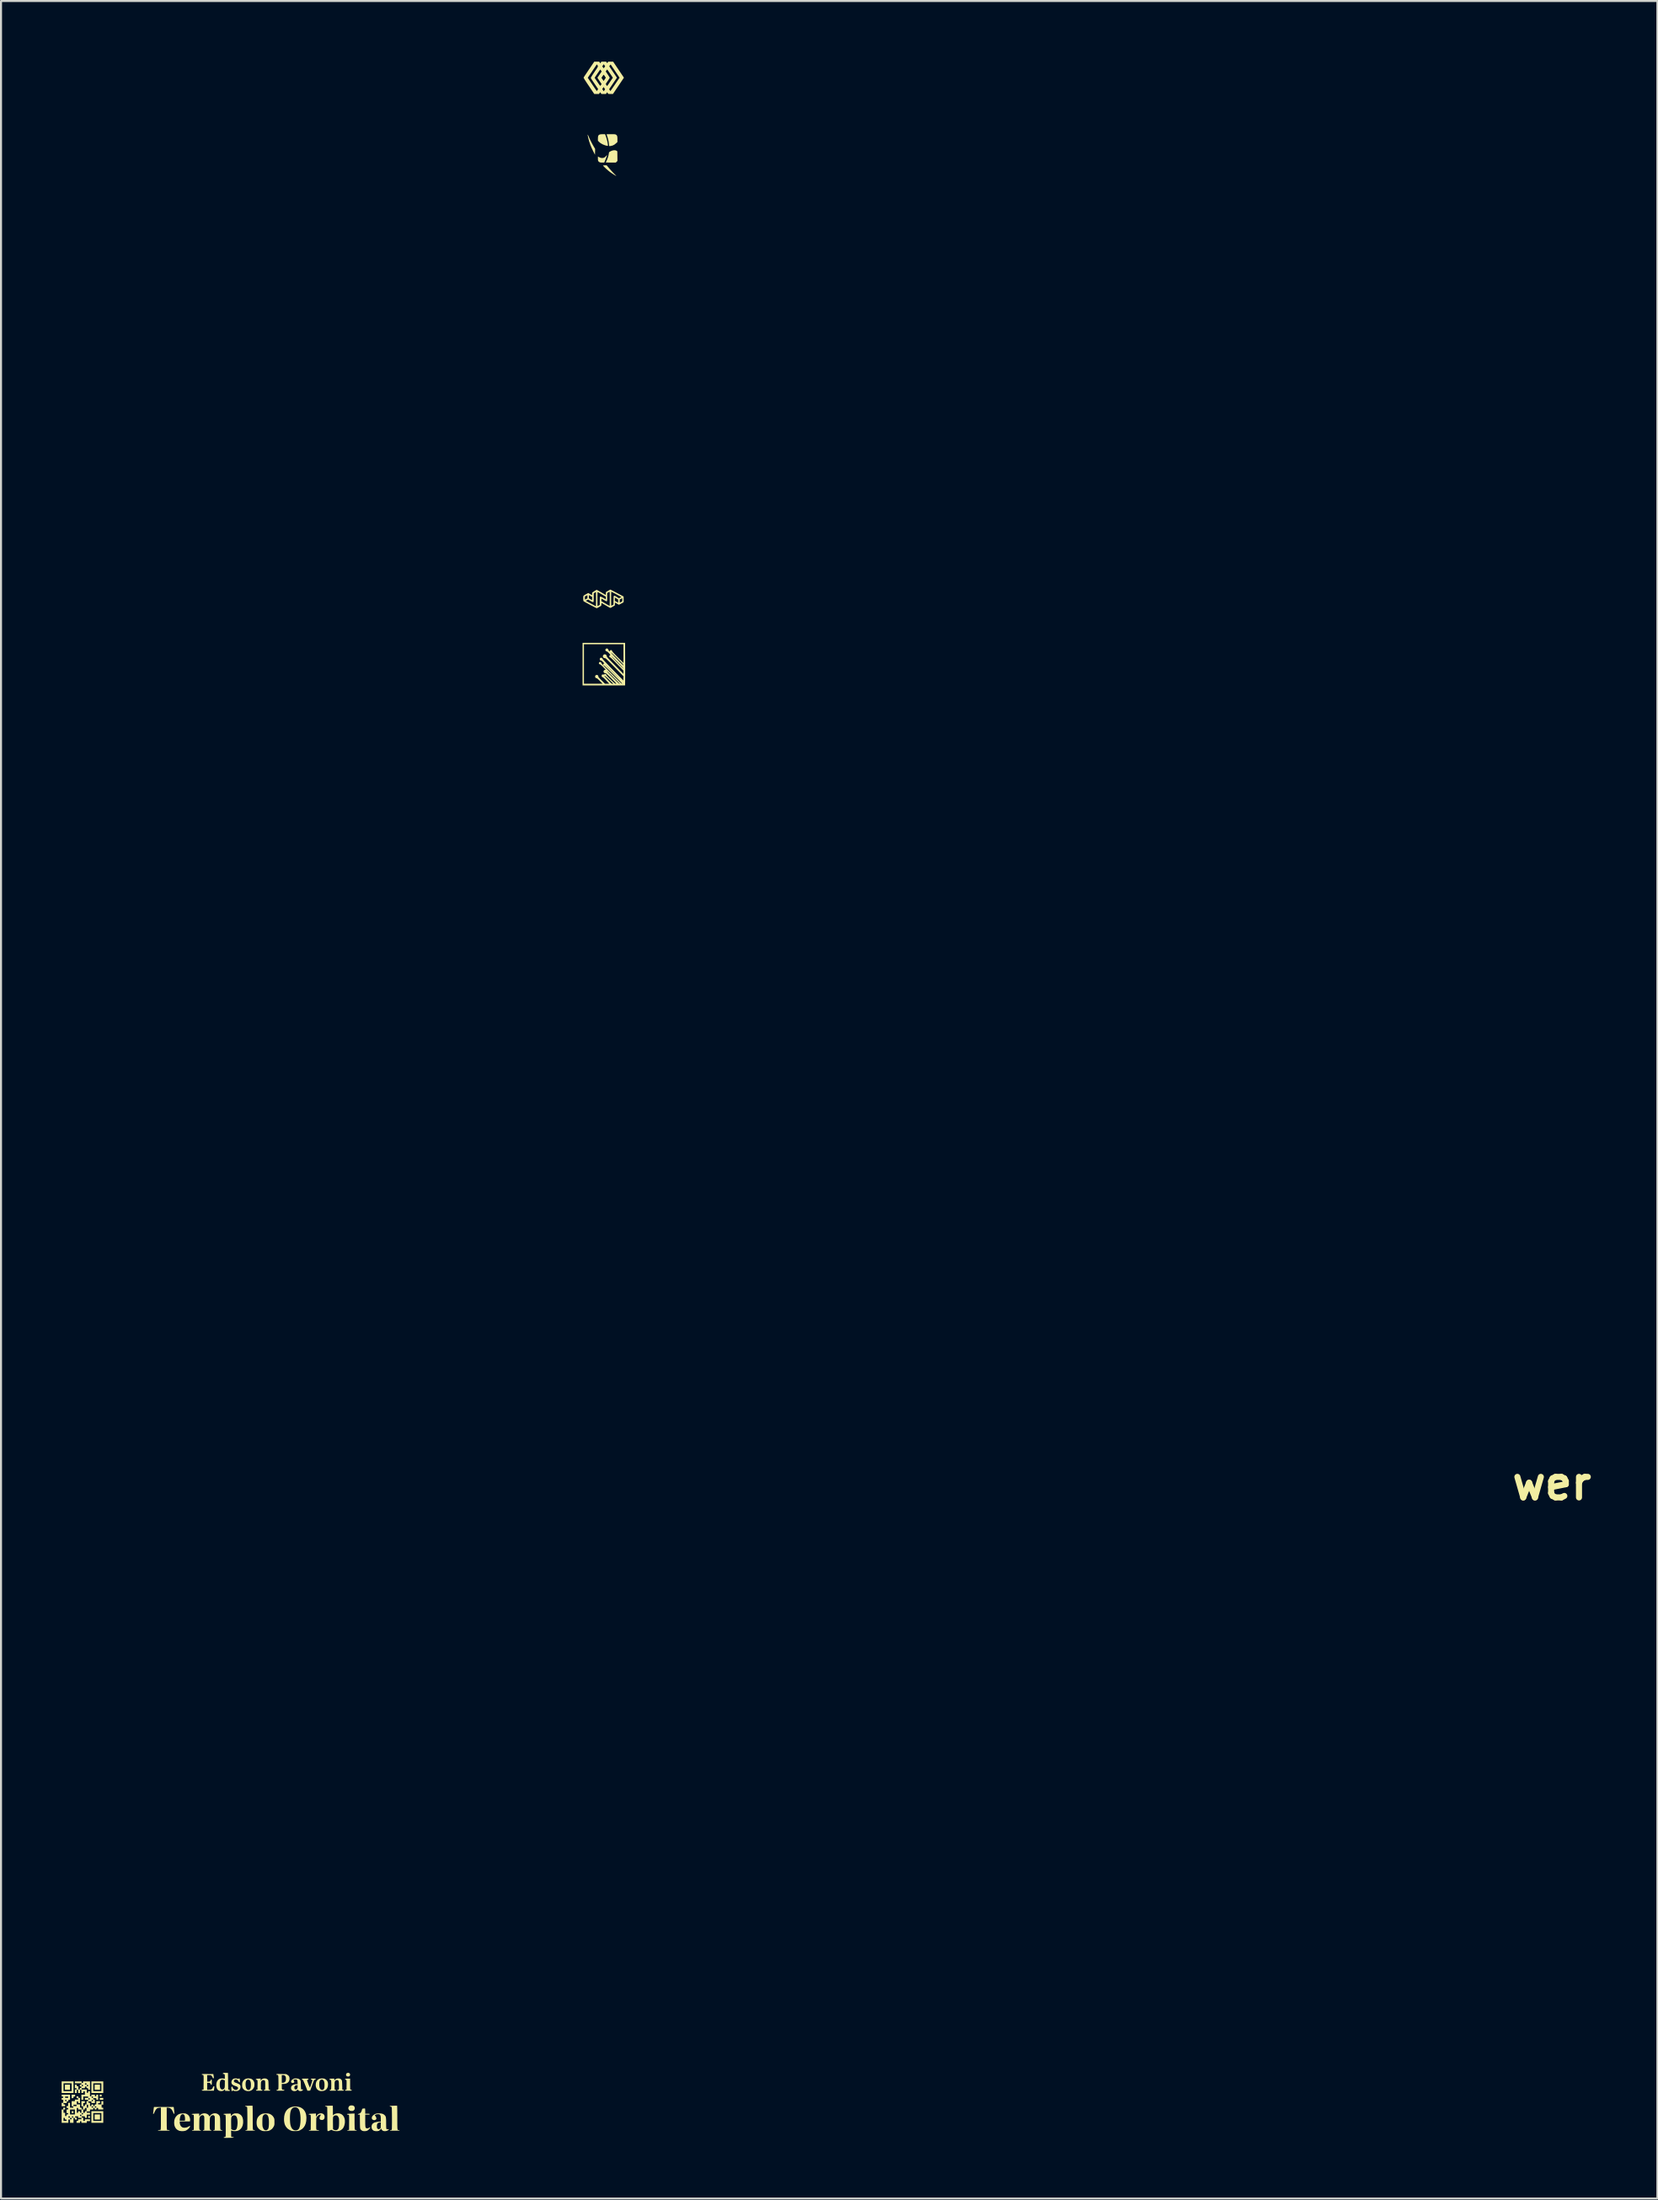
<source format=kicad_pcb>
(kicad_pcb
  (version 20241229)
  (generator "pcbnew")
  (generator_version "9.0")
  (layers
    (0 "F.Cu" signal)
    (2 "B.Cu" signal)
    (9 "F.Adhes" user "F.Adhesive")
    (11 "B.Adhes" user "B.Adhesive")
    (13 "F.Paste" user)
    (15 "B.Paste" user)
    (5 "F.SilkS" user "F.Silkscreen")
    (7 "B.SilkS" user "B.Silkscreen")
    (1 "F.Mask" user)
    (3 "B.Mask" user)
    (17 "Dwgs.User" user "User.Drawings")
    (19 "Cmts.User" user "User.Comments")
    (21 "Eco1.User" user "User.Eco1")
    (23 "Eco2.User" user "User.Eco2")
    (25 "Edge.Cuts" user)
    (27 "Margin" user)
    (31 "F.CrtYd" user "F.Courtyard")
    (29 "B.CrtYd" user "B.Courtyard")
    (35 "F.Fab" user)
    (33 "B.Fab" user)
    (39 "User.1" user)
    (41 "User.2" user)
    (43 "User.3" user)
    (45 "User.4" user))
  (footprint "wer"
    (layer "F.Cu")
    (at 73.716 70.324)
    (property "Reference" "wer" (at 0 0 0) (layer "F.SilkS") (effects (font (size 1.524 1.524) (thickness 0.3))))
    (attr board_only exclude_from_pos_files exclude_from_bom)
    (fp_poly (pts (xy -73.302 29.988) (xy -73.555 29.988) (xy -73.555 29.735) (xy -73.302 29.735)) (stroke (width 0) (type solid)) (fill yes) (layer "F.SilkS"))
    (fp_poly (pts (xy -73.13 31.138) (xy -73.222 31.138) (xy -73.222 31.046) (xy -73.13 31.046)) (stroke (width 0) (type solid)) (fill yes) (layer "F.SilkS"))
    (fp_poly (pts (xy -72.314 31.379) (xy -72.406 31.379) (xy -72.406 31.287) (xy -72.314 31.287)) (stroke (width 0) (type solid)) (fill yes) (layer "F.SilkS"))
    (fp_poly (pts (xy -71.819 29.988) (xy -72.084 29.988) (xy -72.084 29.735) (xy -71.819 29.735)) (stroke (width 0) (type solid)) (fill yes) (layer "F.SilkS"))
    (fp_poly (pts (xy -71.819 31.46) (xy -72.084 31.46) (xy -72.084 31.207) (xy -71.819 31.207)) (stroke (width 0) (type solid)) (fill yes) (layer "F.SilkS"))
    (fp_poly (pts (xy -71.739 30.321) (xy -71.831 30.321) (xy -71.831 30.229) (xy -71.739 30.229)) (stroke (width 0) (type solid)) (fill yes) (layer "F.SilkS"))
    (fp_poly (pts (xy -71.658 30.482) (xy -71.831 30.482) (xy -71.831 30.39) (xy -71.658 30.39)) (stroke (width 0) (type solid)) (fill yes) (layer "F.SilkS"))
    (fp_poly (pts (xy -73.13 30.149) (xy -73.716 30.149) (xy -73.716 30.057) (xy -73.624 30.057) (xy -73.222 30.057) (xy -73.222 29.666) (xy -73.624 29.666) (xy -73.624 30.057) (xy -73.716 30.057) (xy -73.716 29.574) (xy -73.13 29.574)) (stroke (width 0) (type solid)) (fill yes) (layer "F.SilkS"))
    (fp_poly (pts (xy -71.658 30.149) (xy -72.245 30.149) (xy -72.245 30.057) (xy -72.153 30.057) (xy -71.75 30.057) (xy -71.75 29.666) (xy -72.153 29.666) (xy -72.153 30.057) (xy -72.245 30.057) (xy -72.245 29.574) (xy -71.658 29.574)) (stroke (width 0) (type solid)) (fill yes) (layer "F.SilkS"))
    (fp_poly (pts (xy -71.658 31.621) (xy -72.245 31.621) (xy -72.245 31.529) (xy -72.153 31.529) (xy -71.75 31.529) (xy -71.75 31.138) (xy -72.153 31.138) (xy -72.153 31.529) (xy -72.245 31.529) (xy -72.245 31.046) (xy -71.658 31.046)) (stroke (width 0) (type solid)) (fill yes) (layer "F.SilkS"))
    (fp_poly (pts (xy -73.049 30.275) (xy -73.051 30.305) (xy -73.058 30.318) (xy -73.078 30.321) (xy -73.09 30.321) (xy -73.117 30.323) (xy -73.128 30.333) (xy -73.13 30.359) (xy -73.13 30.362) (xy -73.131 30.387) (xy -73.14 30.399) (xy -73.162 30.402) (xy -73.176 30.402) (xy -73.222 30.402) (xy -73.222 30.229) (xy -73.049 30.229)) (stroke (width 0) (type solid)) (fill yes) (layer "F.SilkS"))
    (fp_poly (pts (xy -59.509 29.154) (xy -59.474 29.175) (xy -59.452 29.209) (xy -59.447 29.239) (xy -59.456 29.285) (xy -59.483 29.316) (xy -59.526 29.331) (xy -59.546 29.332) (xy -59.582 29.328) (xy -59.612 29.318) (xy -59.615 29.315) (xy -59.64 29.286) (xy -59.649 29.247) (xy -59.643 29.208) (xy -59.621 29.175) (xy -59.601 29.161) (xy -59.553 29.149)) (stroke (width 0) (type solid)) (fill yes) (layer "F.SilkS"))
    (fp_poly (pts (xy -47.682 -66.704) (xy -47.667 -66.671) (xy -47.656 -66.645) (xy -47.626 -66.574) (xy -47.587 -66.489) (xy -47.542 -66.396) (xy -47.493 -66.301) (xy -47.444 -66.21) (xy -47.398 -66.129) (xy -47.396 -66.126) (xy -47.327 -66.009) (xy -47.333 -65.719) (xy -47.411 -65.871) (xy -47.496 -66.048) (xy -47.566 -66.216) (xy -47.621 -66.379) (xy -47.665 -66.542) (xy -47.668 -66.553) (xy -47.683 -66.624) (xy -47.692 -66.675) (xy -47.695 -66.706) (xy -47.692 -66.716)) (stroke (width 0) (type solid)) (fill yes) (layer "F.SilkS"))
    (fp_poly (pts (xy -59.327 30.763) (xy -59.275 30.781) (xy -59.239 30.814) (xy -59.22 30.863) (xy -59.217 30.899) (xy -59.219 30.937) (xy -59.229 30.964) (xy -59.252 30.991) (xy -59.256 30.995) (xy -59.279 31.017) (xy -59.301 31.028) (xy -59.328 31.033) (xy -59.368 31.034) (xy -59.425 31.03) (xy -59.463 31.019) (xy -59.47 31.015) (xy -59.512 30.974) (xy -59.533 30.927) (xy -59.532 30.874) (xy -59.524 30.848) (xy -59.498 30.804) (xy -59.462 30.776) (xy -59.412 30.763) (xy -59.395 30.761)) (stroke (width 0) (type solid)) (fill yes) (layer "F.SilkS"))
    (fp_poly (pts (xy -46.799 -66.642) (xy -46.771 -66.561) (xy -46.745 -66.47) (xy -46.722 -66.379) (xy -46.706 -66.294) (xy -46.699 -66.239) (xy -46.692 -66.162) (xy -46.725 -66.162) (xy -46.753 -66.166) (xy -46.793 -66.176) (xy -46.838 -66.189) (xy -46.839 -66.189) (xy -46.957 -66.236) (xy -47.056 -66.292) (xy -47.128 -66.352) (xy -47.189 -66.413) (xy -47.189 -66.518) (xy -47.186 -66.593) (xy -47.175 -66.649) (xy -47.153 -66.689) (xy -47.117 -66.715) (xy -47.066 -66.73) (xy -46.996 -66.736) (xy -46.958 -66.737) (xy -46.835 -66.737)) (stroke (width 0) (type solid)) (fill yes) (layer "F.SilkS"))
    (fp_poly (pts (xy -46.73 -65.704) (xy -46.734 -65.691) (xy -46.745 -65.661) (xy -46.762 -65.617) (xy -46.783 -65.562) (xy -46.801 -65.515) (xy -46.873 -65.334) (xy -46.977 -65.334) (xy -47.033 -65.335) (xy -47.071 -65.339) (xy -47.1 -65.347) (xy -47.116 -65.356) (xy -47.149 -65.379) (xy -47.171 -65.405) (xy -47.183 -65.439) (xy -47.189 -65.485) (xy -47.189 -65.533) (xy -47.189 -65.634) (xy -47.141 -65.605) (xy -47.063 -65.571) (xy -46.986 -65.558) (xy -46.92 -65.565) (xy -46.884 -65.577) (xy -46.851 -65.596) (xy -46.815 -65.627) (xy -46.796 -65.645) (xy -46.765 -65.675) (xy -46.742 -65.696) (xy -46.73 -65.704)) (stroke (width 0) (type solid)) (fill yes) (layer "F.SilkS"))
    (fp_poly (pts (xy -46.636 -65.055) (xy -46.583 -64.993) (xy -46.521 -64.924) (xy -46.458 -64.856) (xy -46.401 -64.797) (xy -46.394 -64.791) (xy -46.352 -64.748) (xy -46.317 -64.712) (xy -46.292 -64.685) (xy -46.279 -64.67) (xy -46.278 -64.667) (xy -46.291 -64.673) (xy -46.319 -64.689) (xy -46.358 -64.712) (xy -46.403 -64.74) (xy -46.461 -64.777) (xy -46.523 -64.819) (xy -46.581 -64.859) (xy -46.61 -64.881) (xy -46.646 -64.909) (xy -46.689 -64.945) (xy -46.736 -64.987) (xy -46.785 -65.031) (xy -46.832 -65.075) (xy -46.873 -65.115) (xy -46.907 -65.149) (xy -46.929 -65.174) (xy -46.937 -65.186) (xy -46.926 -65.191) (xy -46.898 -65.194) (xy -46.858 -65.196) (xy -46.845 -65.196) (xy -46.754 -65.196)) (stroke (width 0) (type solid)) (fill yes) (layer "F.SilkS"))
    (fp_poly (pts (xy -46.473 -66.737) (xy -46.415 -66.736) (xy -46.373 -66.734) (xy -46.343 -66.731) (xy -46.322 -66.726) (xy -46.306 -66.72) (xy -46.296 -66.714) (xy -46.268 -66.694) (xy -46.248 -66.669) (xy -46.235 -66.636) (xy -46.227 -66.591) (xy -46.224 -66.529) (xy -46.224 -66.486) (xy -46.224 -66.348) (xy -46.292 -66.285) (xy -46.376 -66.219) (xy -46.463 -66.176) (xy -46.552 -66.154) (xy -46.564 -66.153) (xy -46.634 -66.148) (xy -46.641 -66.234) (xy -46.655 -66.337) (xy -46.677 -66.451) (xy -46.707 -66.566) (xy -46.741 -66.673) (xy -46.758 -66.717) (xy -46.76 -66.724) (xy -46.756 -66.729) (xy -46.743 -66.732) (xy -46.719 -66.735) (xy -46.681 -66.736) (xy -46.625 -66.737) (xy -46.55 -66.737)) (stroke (width 0) (type solid)) (fill yes) (layer "F.SilkS"))
    (fp_poly (pts (xy -46.339 -65.942) (xy -46.285 -65.927) (xy -46.27 -65.918) (xy -46.229 -65.891) (xy -46.226 -65.652) (xy -46.223 -65.413) (xy -46.262 -65.373) (xy -46.302 -65.334) (xy -46.55 -65.334) (xy -46.623 -65.334) (xy -46.687 -65.335) (xy -46.74 -65.336) (xy -46.778 -65.338) (xy -46.797 -65.339) (xy -46.799 -65.34) (xy -46.794 -65.353) (xy -46.781 -65.38) (xy -46.763 -65.416) (xy -46.763 -65.416) (xy -46.735 -65.478) (xy -46.708 -65.55) (xy -46.684 -65.625) (xy -46.665 -65.696) (xy -46.654 -65.753) (xy -46.653 -65.758) (xy -46.647 -65.797) (xy -46.64 -65.829) (xy -46.636 -65.842) (xy -46.621 -65.856) (xy -46.592 -65.876) (xy -46.553 -65.897) (xy -46.549 -65.899) (xy -46.476 -65.928) (xy -46.404 -65.942)) (stroke (width 0) (type solid)) (fill yes) (layer "F.SilkS"))
    (fp_poly (pts (xy -59.447 29.705) (xy -59.447 29.793) (xy -59.446 29.86) (xy -59.445 29.91) (xy -59.442 29.945) (xy -59.436 29.967) (xy -59.429 29.98) (xy -59.417 29.986) (xy -59.403 29.988) (xy -59.388 29.988) (xy -59.37 29.996) (xy -59.366 30.011) (xy -59.367 30.02) (xy -59.373 30.026) (xy -59.387 30.03) (xy -59.413 30.032) (xy -59.453 30.034) (xy -59.512 30.034) (xy -59.533 30.034) (xy -59.598 30.034) (xy -59.644 30.033) (xy -59.673 30.031) (xy -59.69 30.027) (xy -59.698 30.022) (xy -59.7 30.014) (xy -59.7 30.012) (xy -59.693 29.995) (xy -59.671 29.987) (xy -59.662 29.986) (xy -59.625 29.982) (xy -59.622 29.747) (xy -59.621 29.665) (xy -59.621 29.603) (xy -59.623 29.558) (xy -59.626 29.527) (xy -59.633 29.508) (xy -59.642 29.498) (xy -59.656 29.494) (xy -59.674 29.494) (xy -59.674 29.494) (xy -59.695 29.486) (xy -59.7 29.472) (xy -59.696 29.457) (xy -59.681 29.447) (xy -59.652 29.44) (xy -59.607 29.437) (xy -59.547 29.436) (xy -59.447 29.436)) (stroke (width 0) (type solid)) (fill yes) (layer "F.SilkS"))
    (fp_poly (pts (xy -59.227 31.538) (xy -59.227 31.63) (xy -59.226 31.715) (xy -59.224 31.792) (xy -59.223 31.855) (xy -59.221 31.904) (xy -59.219 31.934) (xy -59.218 31.943) (xy -59.207 31.963) (xy -59.185 31.974) (xy -59.166 31.977) (xy -59.136 31.984) (xy -59.118 31.994) (xy -59.116 31.997) (xy -59.119 32.002) (xy -59.134 32.006) (xy -59.163 32.009) (xy -59.209 32.01) (xy -59.273 32.011) (xy -59.355 32.012) (xy -59.439 32.011) (xy -59.502 32.01) (xy -59.547 32.009) (xy -59.576 32.006) (xy -59.59 32.002) (xy -59.593 31.997) (xy -59.58 31.987) (xy -59.553 31.978) (xy -59.544 31.977) (xy -59.499 31.971) (xy -59.496 31.611) (xy -59.495 31.494) (xy -59.495 31.4) (xy -59.496 31.328) (xy -59.499 31.277) (xy -59.502 31.246) (xy -59.505 31.235) (xy -59.524 31.224) (xy -59.555 31.216) (xy -59.559 31.216) (xy -59.591 31.209) (xy -59.604 31.199) (xy -59.598 31.187) (xy -59.571 31.179) (xy -59.545 31.177) (xy -59.502 31.174) (xy -59.448 31.17) (xy -59.387 31.168) (xy -59.381 31.167) (xy -59.228 31.161)) (stroke (width 0) (type solid)) (fill yes) (layer "F.SilkS"))
    (fp_poly (pts (xy -60.721 29.439) (xy -60.667 29.465) (xy -60.619 29.504) (xy -60.58 29.552) (xy -60.554 29.604) (xy -60.542 29.666) (xy -60.539 29.725) (xy -60.548 29.818) (xy -60.574 29.897) (xy -60.617 29.961) (xy -60.675 30.009) (xy -60.747 30.039) (xy -60.824 30.051) (xy -60.87 30.052) (xy -60.911 30.05) (xy -60.937 30.047) (xy -61.012 30.017) (xy -61.072 29.97) (xy -61.115 29.909) (xy -61.141 29.833) (xy -61.149 29.753) (xy -61.144 29.703) (xy -60.975 29.703) (xy -60.974 29.752) (xy -60.969 29.815) (xy -60.963 29.861) (xy -60.952 29.897) (xy -60.943 29.916) (xy -60.91 29.963) (xy -60.869 29.99) (xy -60.824 29.997) (xy -60.789 29.987) (xy -60.758 29.965) (xy -60.737 29.931) (xy -60.722 29.881) (xy -60.715 29.813) (xy -60.714 29.792) (xy -60.714 29.69) (xy -60.725 29.608) (xy -60.747 29.547) (xy -60.779 29.505) (xy -60.821 29.485) (xy -60.847 29.482) (xy -60.894 29.49) (xy -60.93 29.516) (xy -60.955 29.559) (xy -60.97 29.621) (xy -60.975 29.703) (xy -61.144 29.703) (xy -61.14 29.659) (xy -61.114 29.58) (xy -61.072 29.517) (xy -61.014 29.469) (xy -60.941 29.439) (xy -60.864 29.427) (xy -60.785 29.427)) (stroke (width 0) (type solid)) (fill yes) (layer "F.SilkS"))
    (fp_poly (pts (xy -64.392 29.432) (xy -64.321 29.455) (xy -64.265 29.495) (xy -64.221 29.552) (xy -64.211 29.572) (xy -64.194 29.609) (xy -64.185 29.643) (xy -64.181 29.684) (xy -64.18 29.73) (xy -64.182 29.784) (xy -64.188 29.825) (xy -64.199 29.861) (xy -64.212 29.889) (xy -64.257 29.957) (xy -64.316 30.008) (xy -64.386 30.041) (xy -64.465 30.056) (xy -64.548 30.05) (xy -64.607 30.035) (xy -64.678 30) (xy -64.733 29.947) (xy -64.763 29.902) (xy -64.775 29.872) (xy -64.783 29.839) (xy -64.787 29.795) (xy -64.787 29.752) (xy -64.787 29.699) (xy -64.786 29.689) (xy -64.619 29.689) (xy -64.617 29.768) (xy -64.606 29.851) (xy -64.585 29.916) (xy -64.555 29.962) (xy -64.525 29.983) (xy -64.489 29.996) (xy -64.463 29.997) (xy -64.433 29.986) (xy -64.426 29.983) (xy -64.395 29.956) (xy -64.373 29.912) (xy -64.359 29.849) (xy -64.354 29.767) (xy -64.354 29.758) (xy -64.355 29.703) (xy -64.359 29.651) (xy -64.365 29.609) (xy -64.368 29.598) (xy -64.391 29.544) (xy -64.424 29.506) (xy -64.465 29.485) (xy -64.509 29.484) (xy -64.553 29.504) (xy -64.562 29.511) (xy -64.592 29.551) (xy -64.611 29.611) (xy -64.619 29.689) (xy -64.786 29.689) (xy -64.783 29.66) (xy -64.775 29.627) (xy -64.76 29.593) (xy -64.755 29.582) (xy -64.711 29.516) (xy -64.654 29.467) (xy -64.583 29.437) (xy -64.498 29.425) (xy -64.479 29.424)) (stroke (width 0) (type solid)) (fill yes) (layer "F.SilkS"))
    (fp_poly (pts (xy -73.302 30.482) (xy -73.343 30.482) (xy -73.37 30.484) (xy -73.381 30.494) (xy -73.383 30.519) (xy -73.383 30.523) (xy -73.385 30.55) (xy -73.395 30.561) (xy -73.42 30.563) (xy -73.423 30.563) (xy -73.45 30.565) (xy -73.461 30.575) (xy -73.463 30.6) (xy -73.463 30.603) (xy -73.463 30.643) (xy -73.624 30.643) (xy -73.624 30.678) (xy -73.622 30.701) (xy -73.611 30.71) (xy -73.584 30.712) (xy -73.558 30.714) (xy -73.547 30.722) (xy -73.544 30.745) (xy -73.544 30.758) (xy -73.544 30.804) (xy -73.716 30.804) (xy -73.716 30.632) (xy -73.636 30.632) (xy -73.636 30.517) (xy -73.544 30.517) (xy -73.541 30.541) (xy -73.528 30.55) (xy -73.509 30.551) (xy -73.485 30.548) (xy -73.476 30.535) (xy -73.475 30.517) (xy -73.478 30.492) (xy -73.491 30.483) (xy -73.509 30.482) (xy -73.534 30.485) (xy -73.543 30.499) (xy -73.544 30.517) (xy -73.636 30.517) (xy -73.636 30.482) (xy -73.676 30.482) (xy -73.702 30.481) (xy -73.713 30.472) (xy -73.716 30.45) (xy -73.716 30.436) (xy -73.715 30.407) (xy -73.708 30.394) (xy -73.688 30.39) (xy -73.676 30.39) (xy -73.544 30.39) (xy -73.394 30.39) (xy -73.394 30.321) (xy -73.544 30.321) (xy -73.544 30.39) (xy -73.676 30.39) (xy -73.649 30.388) (xy -73.638 30.379) (xy -73.636 30.356) (xy -73.638 30.333) (xy -73.649 30.323) (xy -73.676 30.321) (xy -73.702 30.32) (xy -73.713 30.311) (xy -73.716 30.289) (xy -73.716 30.275) (xy -73.716 30.229) (xy -73.302 30.229)) (stroke (width 0) (type solid)) (fill yes) (layer "F.SilkS"))
    (fp_poly (pts (xy -58.72 30.912) (xy -58.71 30.914) (xy -58.706 30.928) (xy -58.702 30.959) (xy -58.7 31.004) (xy -58.699 31.046) (xy -58.699 31.172) (xy -58.59 31.172) (xy -58.539 31.173) (xy -58.507 31.174) (xy -58.49 31.178) (xy -58.482 31.185) (xy -58.481 31.195) (xy -58.483 31.206) (xy -58.49 31.213) (xy -58.509 31.216) (xy -58.541 31.218) (xy -58.59 31.218) (xy -58.699 31.218) (xy -58.699 31.51) (xy -58.699 31.611) (xy -58.698 31.692) (xy -58.695 31.754) (xy -58.691 31.802) (xy -58.685 31.836) (xy -58.677 31.86) (xy -58.667 31.875) (xy -58.653 31.885) (xy -58.653 31.885) (xy -58.61 31.896) (xy -58.561 31.891) (xy -58.514 31.87) (xy -58.511 31.868) (xy -58.474 31.846) (xy -58.452 31.84) (xy -58.445 31.849) (xy -58.455 31.872) (xy -58.48 31.907) (xy -58.501 31.932) (xy -58.553 31.982) (xy -58.606 32.014) (xy -58.667 32.03) (xy -58.729 32.034) (xy -58.783 32.032) (xy -58.824 32.024) (xy -58.861 32.008) (xy -58.91 31.97) (xy -58.934 31.936) (xy -58.941 31.922) (xy -58.947 31.906) (xy -58.951 31.886) (xy -58.954 31.859) (xy -58.957 31.822) (xy -58.958 31.772) (xy -58.96 31.708) (xy -58.961 31.624) (xy -58.962 31.555) (xy -58.965 31.218) (xy -59.016 31.218) (xy -59.053 31.214) (xy -59.067 31.205) (xy -59.061 31.192) (xy -59.034 31.179) (xy -59.014 31.173) (xy -58.965 31.154) (xy -58.926 31.122) (xy -58.895 31.074) (xy -58.87 31.008) (xy -58.856 30.952) (xy -58.849 30.935) (xy -58.836 30.925) (xy -58.81 30.918) (xy -58.785 30.915) (xy -58.748 30.912)) (stroke (width 0) (type solid)) (fill yes) (layer "F.SilkS"))
    (fp_poly (pts (xy -64.28 30.776) (xy -64.274 30.777) (xy -64.272 30.789) (xy -64.271 30.822) (xy -64.269 30.874) (xy -64.268 30.942) (xy -64.266 31.024) (xy -64.266 31.119) (xy -64.265 31.223) (xy -64.265 31.335) (xy -64.265 31.366) (xy -64.265 31.5) (xy -64.264 31.613) (xy -64.264 31.706) (xy -64.263 31.782) (xy -64.262 31.842) (xy -64.259 31.889) (xy -64.256 31.923) (xy -64.252 31.947) (xy -64.246 31.963) (xy -64.239 31.972) (xy -64.231 31.976) (xy -64.22 31.977) (xy -64.212 31.977) (xy -64.182 31.98) (xy -64.168 31.984) (xy -64.151 31.993) (xy -64.152 31.999) (xy -64.17 32.004) (xy -64.208 32.008) (xy -64.266 32.01) (xy -64.345 32.011) (xy -64.392 32.012) (xy -64.476 32.011) (xy -64.539 32.01) (xy -64.584 32.009) (xy -64.612 32.006) (xy -64.627 32.002) (xy -64.63 31.997) (xy -64.616 31.987) (xy -64.589 31.979) (xy -64.586 31.979) (xy -64.557 31.973) (xy -64.539 31.963) (xy -64.538 31.962) (xy -64.536 31.947) (xy -64.534 31.912) (xy -64.532 31.859) (xy -64.531 31.792) (xy -64.53 31.713) (xy -64.529 31.625) (xy -64.529 31.53) (xy -64.529 31.432) (xy -64.529 31.333) (xy -64.53 31.237) (xy -64.531 31.145) (xy -64.532 31.06) (xy -64.534 30.986) (xy -64.535 30.926) (xy -64.537 30.881) (xy -64.54 30.855) (xy -64.541 30.85) (xy -64.562 30.831) (xy -64.598 30.82) (xy -64.627 30.812) (xy -64.643 30.802) (xy -64.644 30.799) (xy -64.637 30.793) (xy -64.613 30.788) (xy -64.571 30.783) (xy -64.509 30.78) (xy -64.464 30.778) (xy -64.402 30.776) (xy -64.347 30.775) (xy -64.305 30.775)) (stroke (width 0) (type solid)) (fill yes) (layer "F.SilkS"))
    (fp_poly (pts (xy -57.128 30.776) (xy -57.122 30.777) (xy -57.12 30.789) (xy -57.119 30.822) (xy -57.117 30.874) (xy -57.116 30.942) (xy -57.114 31.024) (xy -57.114 31.119) (xy -57.113 31.223) (xy -57.113 31.335) (xy -57.113 31.366) (xy -57.113 31.5) (xy -57.112 31.613) (xy -57.112 31.706) (xy -57.111 31.782) (xy -57.11 31.842) (xy -57.107 31.889) (xy -57.104 31.923) (xy -57.1 31.947) (xy -57.094 31.963) (xy -57.087 31.972) (xy -57.079 31.976) (xy -57.068 31.977) (xy -57.06 31.977) (xy -57.03 31.98) (xy -57.016 31.984) (xy -56.999 31.993) (xy -57 31.999) (xy -57.018 32.004) (xy -57.056 32.008) (xy -57.114 32.01) (xy -57.193 32.011) (xy -57.24 32.012) (xy -57.324 32.011) (xy -57.387 32.01) (xy -57.432 32.009) (xy -57.46 32.006) (xy -57.475 32.002) (xy -57.478 31.997) (xy -57.464 31.987) (xy -57.437 31.979) (xy -57.434 31.979) (xy -57.405 31.973) (xy -57.387 31.963) (xy -57.386 31.962) (xy -57.384 31.947) (xy -57.382 31.912) (xy -57.38 31.859) (xy -57.379 31.792) (xy -57.378 31.713) (xy -57.377 31.625) (xy -57.377 31.53) (xy -57.377 31.432) (xy -57.377 31.333) (xy -57.378 31.237) (xy -57.379 31.145) (xy -57.38 31.06) (xy -57.382 30.986) (xy -57.383 30.926) (xy -57.385 30.881) (xy -57.388 30.855) (xy -57.389 30.85) (xy -57.41 30.831) (xy -57.446 30.82) (xy -57.475 30.812) (xy -57.491 30.802) (xy -57.492 30.799) (xy -57.485 30.793) (xy -57.461 30.788) (xy -57.419 30.783) (xy -57.357 30.78) (xy -57.312 30.778) (xy -57.25 30.776) (xy -57.195 30.775) (xy -57.153 30.775)) (stroke (width 0) (type solid)) (fill yes) (layer "F.SilkS"))
    (fp_poly (pts (xy -67.653 31.156) (xy -67.614 31.158) (xy -67.583 31.164) (xy -67.555 31.175) (xy -67.524 31.19) (xy -67.47 31.223) (xy -67.43 31.264) (xy -67.419 31.279) (xy -67.388 31.339) (xy -67.368 31.407) (xy -67.361 31.473) (xy -67.364 31.506) (xy -67.371 31.552) (xy -67.875 31.552) (xy -67.875 31.601) (xy -67.868 31.67) (xy -67.848 31.734) (xy -67.817 31.786) (xy -67.804 31.801) (xy -67.764 31.834) (xy -67.727 31.853) (xy -67.684 31.862) (xy -67.632 31.864) (xy -67.543 31.853) (xy -67.462 31.822) (xy -67.414 31.792) (xy -67.384 31.776) (xy -67.366 31.779) (xy -67.364 31.798) (xy -67.375 31.828) (xy -67.411 31.88) (xy -67.461 31.932) (xy -67.518 31.976) (xy -67.574 32.007) (xy -67.58 32.01) (xy -67.648 32.027) (xy -67.727 32.035) (xy -67.809 32.032) (xy -67.883 32.02) (xy -67.907 32.013) (xy -67.984 31.975) (xy -68.048 31.921) (xy -68.09 31.863) (xy -68.123 31.796) (xy -68.142 31.724) (xy -68.15 31.638) (xy -68.151 31.606) (xy -68.143 31.517) (xy -67.875 31.517) (xy -67.624 31.517) (xy -67.616 31.481) (xy -67.612 31.436) (xy -67.614 31.382) (xy -67.621 31.325) (xy -67.633 31.275) (xy -67.649 31.24) (xy -67.649 31.239) (xy -67.682 31.207) (xy -67.721 31.195) (xy -67.762 31.201) (xy -67.8 31.225) (xy -67.829 31.264) (xy -67.845 31.306) (xy -67.86 31.362) (xy -67.87 31.421) (xy -67.875 31.474) (xy -67.875 31.479) (xy -67.875 31.517) (xy -68.143 31.517) (xy -68.142 31.498) (xy -68.114 31.403) (xy -68.068 31.322) (xy -68.006 31.254) (xy -67.947 31.21) (xy -67.883 31.18) (xy -67.809 31.162) (xy -67.72 31.156) (xy -67.708 31.156)) (stroke (width 0) (type solid)) (fill yes) (layer "F.SilkS"))
    (fp_poly (pts (xy -61.21 29.436) (xy -61.177 29.438) (xy -61.159 29.441) (xy -61.15 29.448) (xy -61.149 29.458) (xy -61.149 29.459) (xy -61.156 29.479) (xy -61.183 29.489) (xy -61.183 29.489) (xy -61.211 29.498) (xy -61.226 29.509) (xy -61.233 29.523) (xy -61.246 29.556) (xy -61.264 29.603) (xy -61.287 29.663) (xy -61.312 29.731) (xy -61.328 29.775) (xy -61.422 30.028) (xy -61.558 30.035) (xy -61.661 29.774) (xy -61.69 29.701) (xy -61.718 29.635) (xy -61.742 29.58) (xy -61.762 29.537) (xy -61.775 29.511) (xy -61.781 29.504) (xy -61.808 29.492) (xy -61.817 29.489) (xy -61.831 29.476) (xy -61.83 29.46) (xy -61.827 29.45) (xy -61.819 29.444) (xy -61.803 29.44) (xy -61.776 29.437) (xy -61.734 29.436) (xy -61.673 29.436) (xy -61.664 29.436) (xy -61.6 29.436) (xy -61.556 29.437) (xy -61.529 29.439) (xy -61.513 29.442) (xy -61.507 29.448) (xy -61.506 29.457) (xy -61.507 29.462) (xy -61.519 29.484) (xy -61.545 29.494) (xy -61.571 29.504) (xy -61.577 29.517) (xy -61.57 29.542) (xy -61.557 29.581) (xy -61.54 29.629) (xy -61.521 29.682) (xy -61.5 29.736) (xy -61.479 29.786) (xy -61.461 29.83) (xy -61.446 29.863) (xy -61.437 29.88) (xy -61.434 29.882) (xy -61.424 29.86) (xy -61.41 29.824) (xy -61.393 29.776) (xy -61.375 29.722) (xy -61.356 29.666) (xy -61.339 29.612) (xy -61.326 29.565) (xy -61.317 29.531) (xy -61.314 29.512) (xy -61.314 29.511) (xy -61.329 29.496) (xy -61.341 29.493) (xy -61.371 29.487) (xy -61.385 29.47) (xy -61.383 29.455) (xy -61.377 29.446) (xy -61.362 29.44) (xy -61.334 29.437) (xy -61.29 29.436) (xy -61.262 29.436)) (stroke (width 0) (type solid)) (fill yes) (layer "F.SilkS"))
    (fp_poly (pts (xy -60.863 31.153) (xy -60.81 31.167) (xy -60.765 31.193) (xy -60.731 31.233) (xy -60.711 31.285) (xy -60.708 31.317) (xy -60.713 31.383) (xy -60.735 31.433) (xy -60.772 31.466) (xy -60.823 31.481) (xy -60.844 31.483) (xy -60.9 31.475) (xy -60.938 31.453) (xy -60.958 31.418) (xy -60.96 31.372) (xy -60.943 31.317) (xy -60.925 31.284) (xy -60.886 31.218) (xy -60.922 31.218) (xy -60.973 31.229) (xy -61.024 31.259) (xy -61.068 31.303) (xy -61.085 31.327) (xy -61.12 31.383) (xy -61.124 31.656) (xy -61.124 31.761) (xy -61.124 31.844) (xy -61.122 31.903) (xy -61.118 31.94) (xy -61.115 31.953) (xy -61.101 31.968) (xy -61.075 31.976) (xy -61.043 31.979) (xy -61.006 31.984) (xy -60.983 31.992) (xy -60.979 31.997) (xy -60.982 32.002) (xy -60.997 32.006) (xy -61.026 32.008) (xy -61.07 32.01) (xy -61.133 32.011) (xy -61.216 32.012) (xy -61.235 32.012) (xy -61.322 32.011) (xy -61.389 32.01) (xy -61.437 32.009) (xy -61.468 32.006) (xy -61.486 32.003) (xy -61.491 31.998) (xy -61.491 31.997) (xy -61.477 31.987) (xy -61.45 31.978) (xy -61.441 31.977) (xy -61.396 31.971) (xy -61.393 31.611) (xy -61.392 31.494) (xy -61.392 31.4) (xy -61.394 31.328) (xy -61.396 31.277) (xy -61.399 31.246) (xy -61.402 31.235) (xy -61.422 31.224) (xy -61.452 31.216) (xy -61.456 31.216) (xy -61.488 31.209) (xy -61.501 31.199) (xy -61.495 31.187) (xy -61.468 31.179) (xy -61.442 31.177) (xy -61.399 31.173) (xy -61.345 31.17) (xy -61.285 31.167) (xy -61.284 31.167) (xy -61.137 31.161) (xy -61.137 31.25) (xy -61.137 31.339) (xy -61.113 31.29) (xy -61.076 31.234) (xy -61.029 31.193) (xy -60.975 31.166) (xy -60.919 31.153)) (stroke (width 0) (type solid)) (fill yes) (layer "F.SilkS"))
    (fp_poly (pts (xy -65.608 29.151) (xy -65.6 29.151) (xy -65.489 29.154) (xy -65.483 29.568) (xy -65.478 29.982) (xy -65.44 29.986) (xy -65.414 29.991) (xy -65.404 30.005) (xy -65.403 30.018) (xy -65.403 30.046) (xy -65.515 30.043) (xy -65.627 30.04) (xy -65.633 30.001) (xy -65.639 29.962) (xy -65.662 29.988) (xy -65.709 30.026) (xy -65.769 30.048) (xy -65.836 30.054) (xy -65.903 30.043) (xy -65.913 30.04) (xy -65.973 30.008) (xy -66.019 29.96) (xy -66.049 29.895) (xy -66.065 29.813) (xy -66.067 29.786) (xy -66.065 29.703) (xy -65.896 29.703) (xy -65.895 29.761) (xy -65.888 29.838) (xy -65.874 29.895) (xy -65.851 29.935) (xy -65.818 29.961) (xy -65.816 29.962) (xy -65.788 29.973) (xy -65.763 29.974) (xy -65.73 29.964) (xy -65.718 29.96) (xy -65.693 29.946) (xy -65.674 29.926) (xy -65.66 29.898) (xy -65.651 29.858) (xy -65.646 29.803) (xy -65.645 29.729) (xy -65.644 29.694) (xy -65.644 29.527) (xy -65.697 29.503) (xy -65.755 29.486) (xy -65.804 29.489) (xy -65.842 29.513) (xy -65.871 29.557) (xy -65.889 29.62) (xy -65.896 29.703) (xy -66.065 29.703) (xy -66.064 29.69) (xy -66.045 29.606) (xy -66.01 29.536) (xy -65.96 29.481) (xy -65.896 29.443) (xy -65.891 29.441) (xy -65.848 29.431) (xy -65.794 29.427) (xy -65.737 29.428) (xy -65.687 29.435) (xy -65.665 29.442) (xy -65.655 29.444) (xy -65.649 29.437) (xy -65.646 29.419) (xy -65.645 29.385) (xy -65.644 29.342) (xy -65.646 29.284) (xy -65.65 29.245) (xy -65.66 29.221) (xy -65.677 29.21) (xy -65.702 29.206) (xy -65.71 29.206) (xy -65.739 29.202) (xy -65.747 29.191) (xy -65.733 29.17) (xy -65.729 29.166) (xy -65.716 29.157) (xy -65.694 29.152) (xy -65.66 29.15)) (stroke (width 0) (type solid)) (fill yes) (layer "F.SilkS"))
    (fp_poly (pts (xy -64.915 29.436) (xy -64.904 29.469) (xy -64.898 29.524) (xy -64.897 29.565) (xy -64.898 29.599) (xy -64.904 29.615) (xy -64.916 29.62) (xy -64.921 29.62) (xy -64.944 29.609) (xy -64.96 29.583) (xy -64.979 29.55) (xy -65.006 29.516) (xy -65.011 29.512) (xy -65.048 29.488) (xy -65.09 29.477) (xy -65.13 29.48) (xy -65.165 29.494) (xy -65.189 29.519) (xy -65.196 29.548) (xy -65.191 29.581) (xy -65.175 29.605) (xy -65.143 29.626) (xy -65.096 29.644) (xy -65.02 29.671) (xy -64.958 29.7) (xy -64.914 29.727) (xy -64.892 29.749) (xy -64.871 29.803) (xy -64.867 29.863) (xy -64.88 29.923) (xy -64.909 29.976) (xy -64.927 29.995) (xy -64.977 30.028) (xy -65.039 30.048) (xy -65.107 30.054) (xy -65.174 30.046) (xy -65.222 30.029) (xy -65.244 30.019) (xy -65.254 30.023) (xy -65.26 30.035) (xy -65.274 30.053) (xy -65.287 30.057) (xy -65.3 30.052) (xy -65.309 30.034) (xy -65.315 29.998) (xy -65.315 29.996) (xy -65.322 29.926) (xy -65.322 29.876) (xy -65.315 29.845) (xy -65.304 29.834) (xy -65.282 29.831) (xy -65.268 29.846) (xy -65.26 29.87) (xy -65.238 29.919) (xy -65.204 29.957) (xy -65.161 29.983) (xy -65.115 29.996) (xy -65.07 29.994) (xy -65.029 29.974) (xy -65.013 29.957) (xy -64.991 29.918) (xy -64.991 29.883) (xy -65.013 29.852) (xy -65.057 29.825) (xy -65.118 29.804) (xy -65.197 29.775) (xy -65.255 29.743) (xy -65.294 29.705) (xy -65.307 29.68) (xy -65.32 29.622) (xy -65.313 29.563) (xy -65.288 29.508) (xy -65.248 29.464) (xy -65.215 29.443) (xy -65.169 29.43) (xy -65.112 29.425) (xy -65.054 29.429) (xy -65.005 29.441) (xy -64.978 29.451) (xy -64.965 29.451) (xy -64.959 29.441) (xy -64.943 29.427) (xy -64.932 29.424)) (stroke (width 0) (type solid)) (fill yes) (layer "F.SilkS"))
    (fp_poly (pts (xy -62.031 30.824) (xy -61.929 30.849) (xy -61.841 30.892) (xy -61.765 30.953) (xy -61.749 30.969) (xy -61.692 31.043) (xy -61.651 31.126) (xy -61.624 31.221) (xy -61.61 31.33) (xy -61.609 31.397) (xy -61.617 31.532) (xy -61.643 31.653) (xy -61.685 31.759) (xy -61.744 31.85) (xy -61.819 31.925) (xy -61.911 31.983) (xy -61.927 31.992) (xy -61.963 32.007) (xy -61.993 32.018) (xy -62.024 32.024) (xy -62.063 32.028) (xy -62.116 32.03) (xy -62.143 32.031) (xy -62.202 32.031) (xy -62.256 32.029) (xy -62.3 32.026) (xy -62.324 32.023) (xy -62.391 31.999) (xy -62.461 31.963) (xy -62.525 31.919) (xy -62.562 31.886) (xy -62.622 31.813) (xy -62.667 31.732) (xy -62.696 31.641) (xy -62.713 31.536) (xy -62.716 31.439) (xy -62.423 31.439) (xy -62.422 31.471) (xy -62.417 31.568) (xy -62.41 31.647) (xy -62.4 31.713) (xy -62.385 31.771) (xy -62.365 31.825) (xy -62.349 31.859) (xy -62.308 31.922) (xy -62.255 31.967) (xy -62.193 31.992) (xy -62.125 31.997) (xy -62.081 31.989) (xy -62.034 31.968) (xy -61.995 31.932) (xy -61.963 31.882) (xy -61.939 31.814) (xy -61.92 31.727) (xy -61.907 31.619) (xy -61.905 31.599) (xy -61.899 31.477) (xy -61.9 31.357) (xy -61.908 31.245) (xy -61.923 31.142) (xy -61.944 31.054) (xy -61.971 30.982) (xy -61.993 30.944) (xy -62.04 30.894) (xy -62.098 30.863) (xy -62.164 30.852) (xy -62.231 30.862) (xy -62.246 30.867) (xy -62.298 30.896) (xy -62.34 30.941) (xy -62.373 31.003) (xy -62.398 31.083) (xy -62.414 31.182) (xy -62.422 31.3) (xy -62.423 31.439) (xy -62.716 31.439) (xy -62.716 31.437) (xy -62.708 31.305) (xy -62.683 31.187) (xy -62.642 31.085) (xy -62.585 30.998) (xy -62.513 30.928) (xy -62.447 30.885) (xy -62.376 30.852) (xy -62.307 30.83) (xy -62.231 30.819) (xy -62.147 30.816)) (stroke (width 0) (type solid)) (fill yes) (layer "F.SilkS"))
    (fp_poly (pts (xy -62.918 29.207) (xy -62.853 29.208) (xy -62.615 29.212) (xy -62.552 29.246) (xy -62.499 29.284) (xy -62.465 29.329) (xy -62.448 29.385) (xy -62.444 29.441) (xy -62.454 29.518) (xy -62.482 29.583) (xy -62.529 29.634) (xy -62.592 29.672) (xy -62.672 29.694) (xy -62.755 29.7) (xy -62.827 29.7) (xy -62.827 29.822) (xy -62.826 29.887) (xy -62.823 29.933) (xy -62.815 29.962) (xy -62.801 29.979) (xy -62.78 29.986) (xy -62.752 29.988) (xy -62.72 29.989) (xy -62.705 29.996) (xy -62.701 30.01) (xy -62.701 30.011) (xy -62.702 30.019) (xy -62.707 30.025) (xy -62.72 30.029) (xy -62.743 30.032) (xy -62.78 30.033) (xy -62.834 30.034) (xy -62.897 30.034) (xy -62.969 30.034) (xy -63.02 30.033) (xy -63.055 30.031) (xy -63.076 30.029) (xy -63.087 30.024) (xy -63.09 30.018) (xy -63.09 30.014) (xy -63.075 29.996) (xy -63.046 29.988) (xy -63.018 29.98) (xy -63.003 29.962) (xy -62.997 29.944) (xy -62.995 29.923) (xy -62.993 29.882) (xy -62.991 29.825) (xy -62.99 29.755) (xy -62.99 29.676) (xy -62.99 29.643) (xy -62.827 29.643) (xy -62.777 29.643) (xy -62.718 29.632) (xy -62.688 29.617) (xy -62.654 29.584) (xy -62.632 29.538) (xy -62.622 29.475) (xy -62.621 29.444) (xy -62.626 29.373) (xy -62.645 29.321) (xy -62.677 29.286) (xy -62.724 29.267) (xy -62.767 29.263) (xy -62.827 29.263) (xy -62.827 29.643) (xy -62.99 29.643) (xy -62.991 29.591) (xy -62.991 29.59) (xy -62.992 29.493) (xy -62.993 29.417) (xy -62.995 29.359) (xy -62.998 29.316) (xy -63.003 29.287) (xy -63.01 29.268) (xy -63.02 29.258) (xy -63.033 29.253) (xy -63.049 29.252) (xy -63.06 29.252) (xy -63.084 29.248) (xy -63.092 29.232) (xy -63.092 29.228) (xy -63.091 29.22) (xy -63.087 29.214) (xy -63.077 29.21) (xy -63.058 29.207) (xy -63.027 29.206) (xy -62.981 29.206)) (stroke (width 0) (type solid)) (fill yes) (layer "F.SilkS"))
    (fp_poly (pts (xy -68.169 30.876) (xy -68.164 30.915) (xy -68.157 30.966) (xy -68.151 31.021) (xy -68.146 31.074) (xy -68.142 31.119) (xy -68.14 31.149) (xy -68.14 31.152) (xy -68.143 31.178) (xy -68.153 31.183) (xy -68.168 31.168) (xy -68.188 31.134) (xy -68.208 31.09) (xy -68.248 31.007) (xy -68.291 30.947) (xy -68.341 30.905) (xy -68.399 30.881) (xy -68.468 30.873) (xy -68.47 30.873) (xy -68.519 30.873) (xy -68.519 31.411) (xy -68.519 31.546) (xy -68.518 31.658) (xy -68.518 31.751) (xy -68.516 31.825) (xy -68.515 31.881) (xy -68.512 31.922) (xy -68.51 31.948) (xy -68.506 31.962) (xy -68.505 31.963) (xy -68.485 31.972) (xy -68.454 31.977) (xy -68.449 31.977) (xy -68.415 31.979) (xy -68.39 31.983) (xy -68.388 31.984) (xy -68.372 31.992) (xy -68.371 31.998) (xy -68.387 32.003) (xy -68.419 32.007) (xy -68.471 32.009) (xy -68.543 32.011) (xy -68.636 32.012) (xy -68.663 32.012) (xy -68.744 32.011) (xy -68.816 32.01) (xy -68.876 32.008) (xy -68.922 32.006) (xy -68.949 32.004) (xy -68.956 32.001) (xy -68.945 31.988) (xy -68.915 31.979) (xy -68.877 31.977) (xy -68.845 31.974) (xy -68.822 31.965) (xy -68.82 31.963) (xy -68.817 31.954) (xy -68.814 31.932) (xy -68.812 31.896) (xy -68.81 31.844) (xy -68.808 31.776) (xy -68.807 31.69) (xy -68.807 31.583) (xy -68.807 31.456) (xy -68.807 31.41) (xy -68.807 30.87) (xy -68.88 30.876) (xy -68.927 30.883) (xy -68.969 30.894) (xy -68.99 30.903) (xy -69.026 30.934) (xy -69.063 30.982) (xy -69.099 31.043) (xy -69.13 31.112) (xy -69.13 31.112) (xy -69.149 31.155) (xy -69.165 31.178) (xy -69.178 31.184) (xy -69.192 31.178) (xy -69.192 31.158) (xy -69.189 31.135) (xy -69.183 31.097) (xy -69.178 31.048) (xy -69.175 31.023) (xy -69.169 30.97) (xy -69.163 30.922) (xy -69.158 30.886) (xy -69.156 30.876) (xy -69.15 30.839) (xy -68.175 30.839)) (stroke (width 0) (type solid)) (fill yes) (layer "F.SilkS"))
    (fp_poly (pts (xy -63.509 31.161) (xy -63.442 31.175) (xy -63.424 31.182) (xy -63.345 31.224) (xy -63.278 31.283) (xy -63.227 31.354) (xy -63.222 31.365) (xy -63.208 31.394) (xy -63.199 31.419) (xy -63.194 31.447) (xy -63.191 31.482) (xy -63.19 31.531) (xy -63.19 31.58) (xy -63.19 31.643) (xy -63.191 31.688) (xy -63.195 31.721) (xy -63.201 31.748) (xy -63.211 31.773) (xy -63.221 31.794) (xy -63.268 31.873) (xy -63.325 31.935) (xy -63.395 31.983) (xy -63.411 31.991) (xy -63.446 32.008) (xy -63.476 32.019) (xy -63.507 32.025) (xy -63.546 32.029) (xy -63.598 32.031) (xy -63.62 32.032) (xy -63.687 32.033) (xy -63.736 32.03) (xy -63.774 32.025) (xy -63.808 32.015) (xy -63.811 32.014) (xy -63.894 31.974) (xy -63.964 31.918) (xy -64.019 31.849) (xy -64.042 31.805) (xy -64.063 31.733) (xy -64.072 31.649) (xy -64.071 31.575) (xy -63.787 31.575) (xy -63.787 31.652) (xy -63.786 31.711) (xy -63.783 31.755) (xy -63.78 31.789) (xy -63.774 31.817) (xy -63.766 31.843) (xy -63.761 31.855) (xy -63.738 31.91) (xy -63.713 31.948) (xy -63.682 31.973) (xy -63.661 31.984) (xy -63.612 31.995) (xy -63.565 31.984) (xy -63.527 31.955) (xy -63.506 31.928) (xy -63.491 31.897) (xy -63.48 31.857) (xy -63.472 31.805) (xy -63.466 31.736) (xy -63.463 31.683) (xy -63.462 31.575) (xy -63.467 31.476) (xy -63.478 31.388) (xy -63.495 31.317) (xy -63.502 31.297) (xy -63.532 31.246) (xy -63.571 31.212) (xy -63.617 31.196) (xy -63.664 31.199) (xy -63.709 31.222) (xy -63.711 31.224) (xy -63.736 31.249) (xy -63.755 31.277) (xy -63.769 31.311) (xy -63.778 31.357) (xy -63.784 31.416) (xy -63.786 31.491) (xy -63.787 31.575) (xy -64.071 31.575) (xy -64.071 31.561) (xy -64.059 31.475) (xy -64.036 31.399) (xy -64.028 31.383) (xy -63.989 31.323) (xy -63.935 31.265) (xy -63.872 31.216) (xy -63.808 31.183) (xy -63.745 31.165) (xy -63.668 31.156) (xy -63.587 31.155)) (stroke (width 0) (type solid)) (fill yes) (layer "F.SilkS"))
    (fp_poly (pts (xy -62.103 29.427) (xy -62.032 29.435) (xy -61.978 29.454) (xy -61.937 29.483) (xy -61.914 29.509) (xy -61.906 29.522) (xy -61.899 29.539) (xy -61.894 29.562) (xy -61.891 29.595) (xy -61.888 29.642) (xy -61.886 29.706) (xy -61.884 29.744) (xy -61.882 29.811) (xy -61.879 29.871) (xy -61.875 29.918) (xy -61.872 29.951) (xy -61.869 29.963) (xy -61.85 29.973) (xy -61.82 29.971) (xy -61.793 29.968) (xy -61.783 29.974) (xy -61.781 29.986) (xy -61.792 30.011) (xy -61.821 30.033) (xy -61.863 30.048) (xy -61.881 30.052) (xy -61.925 30.052) (xy -61.967 30.042) (xy -62 30.023) (xy -62.016 30) (xy -62.027 29.98) (xy -62.041 29.98) (xy -62.063 30) (xy -62.064 30.001) (xy -62.108 30.034) (xy -62.163 30.053) (xy -62.222 30.055) (xy -62.279 30.04) (xy -62.286 30.037) (xy -62.333 30.004) (xy -62.36 29.962) (xy -62.369 29.91) (xy -62.204 29.91) (xy -62.197 29.936) (xy -62.184 29.953) (xy -62.157 29.972) (xy -62.129 29.974) (xy -62.099 29.964) (xy -62.071 29.943) (xy -62.054 29.908) (xy -62.046 29.856) (xy -62.045 29.825) (xy -62.045 29.755) (xy -62.093 29.761) (xy -62.147 29.775) (xy -62.181 29.799) (xy -62.2 29.838) (xy -62.204 29.871) (xy -62.204 29.91) (xy -62.369 29.91) (xy -62.37 29.906) (xy -62.37 29.896) (xy -62.36 29.836) (xy -62.331 29.788) (xy -62.282 29.752) (xy -62.214 29.727) (xy -62.131 29.715) (xy -62.043 29.708) (xy -62.047 29.613) (xy -62.052 29.554) (xy -62.061 29.515) (xy -62.077 29.492) (xy -62.104 29.48) (xy -62.145 29.477) (xy -62.154 29.477) (xy -62.192 29.48) (xy -62.223 29.487) (xy -62.233 29.492) (xy -62.244 29.504) (xy -62.242 29.519) (xy -62.229 29.543) (xy -62.214 29.572) (xy -62.207 29.596) (xy -62.206 29.598) (xy -62.216 29.624) (xy -62.242 29.643) (xy -62.276 29.653) (xy -62.311 29.653) (xy -62.342 29.64) (xy -62.348 29.633) (xy -62.366 29.599) (xy -62.364 29.56) (xy -62.344 29.52) (xy -62.308 29.483) (xy -62.258 29.452) (xy -62.257 29.451) (xy -62.219 29.436) (xy -62.187 29.427) (xy -62.149 29.425)) (stroke (width 0) (type solid)) (fill yes) (layer "F.SilkS"))
    (fp_poly (pts (xy -63.623 29.43) (xy -63.567 29.451) (xy -63.522 29.486) (xy -63.512 29.497) (xy -63.504 29.51) (xy -63.498 29.526) (xy -63.493 29.548) (xy -63.49 29.579) (xy -63.487 29.624) (xy -63.485 29.685) (xy -63.483 29.756) (xy -63.477 29.982) (xy -63.44 29.986) (xy -63.412 29.992) (xy -63.403 30.007) (xy -63.402 30.012) (xy -63.404 30.021) (xy -63.41 30.027) (xy -63.426 30.031) (xy -63.453 30.033) (xy -63.497 30.034) (xy -63.557 30.034) (xy -63.62 30.034) (xy -63.663 30.033) (xy -63.69 30.031) (xy -63.705 30.027) (xy -63.711 30.02) (xy -63.713 30.012) (xy -63.705 29.993) (xy -63.681 29.986) (xy -63.649 29.982) (xy -63.646 29.785) (xy -63.646 29.715) (xy -63.647 29.652) (xy -63.649 29.602) (xy -63.652 29.568) (xy -63.655 29.558) (xy -63.677 29.527) (xy -63.711 29.511) (xy -63.75 29.51) (xy -63.79 29.523) (xy -63.824 29.55) (xy -63.841 29.574) (xy -63.85 29.593) (xy -63.856 29.617) (xy -63.859 29.649) (xy -63.861 29.694) (xy -63.862 29.756) (xy -63.862 29.783) (xy -63.862 29.844) (xy -63.86 29.898) (xy -63.859 29.94) (xy -63.856 29.965) (xy -63.855 29.97) (xy -63.839 29.984) (xy -63.815 29.988) (xy -63.79 29.992) (xy -63.782 30.006) (xy -63.782 30.011) (xy -63.783 30.02) (xy -63.789 30.026) (xy -63.803 30.03) (xy -63.829 30.033) (xy -63.87 30.034) (xy -63.931 30.034) (xy -63.943 30.034) (xy -64.006 30.034) (xy -64.051 30.033) (xy -64.079 30.031) (xy -64.095 30.027) (xy -64.102 30.021) (xy -64.104 30.013) (xy -64.104 30.012) (xy -64.097 29.995) (xy -64.074 29.987) (xy -64.066 29.986) (xy -64.029 29.982) (xy -64.026 29.754) (xy -64.025 29.67) (xy -64.025 29.606) (xy -64.027 29.56) (xy -64.032 29.529) (xy -64.039 29.509) (xy -64.05 29.498) (xy -64.066 29.494) (xy -64.082 29.493) (xy -64.108 29.49) (xy -64.114 29.479) (xy -64.104 29.459) (xy -64.092 29.45) (xy -64.066 29.444) (xy -64.022 29.44) (xy -63.983 29.438) (xy -63.874 29.434) (xy -63.874 29.484) (xy -63.873 29.534) (xy -63.845 29.498) (xy -63.801 29.459) (xy -63.746 29.434) (xy -63.685 29.425)) (stroke (width 0) (type solid)) (fill yes) (layer "F.SilkS"))
    (fp_poly (pts (xy -59.986 29.429) (xy -59.931 29.447) (xy -59.886 29.48) (xy -59.867 29.506) (xy -59.858 29.523) (xy -59.852 29.542) (xy -59.847 29.569) (xy -59.844 29.606) (xy -59.841 29.657) (xy -59.839 29.726) (xy -59.838 29.764) (xy -59.832 29.982) (xy -59.795 29.986) (xy -59.767 29.992) (xy -59.758 30.007) (xy -59.757 30.012) (xy -59.759 30.02) (xy -59.765 30.027) (xy -59.78 30.03) (xy -59.807 30.033) (xy -59.85 30.034) (xy -59.912 30.034) (xy -59.918 30.034) (xy -59.982 30.034) (xy -60.026 30.033) (xy -60.054 30.031) (xy -60.07 30.027) (xy -60.077 30.021) (xy -60.079 30.013) (xy -60.079 30.011) (xy -60.074 29.994) (xy -60.053 29.988) (xy -60.046 29.988) (xy -60.018 29.982) (xy -60.006 29.97) (xy -60.002 29.949) (xy -60 29.91) (xy -59.999 29.858) (xy -59.999 29.799) (xy -60 29.737) (xy -60.002 29.678) (xy -60.004 29.626) (xy -60.008 29.588) (xy -60.011 29.571) (xy -60.031 29.53) (xy -60.063 29.509) (xy -60.105 29.507) (xy -60.149 29.522) (xy -60.173 29.537) (xy -60.19 29.556) (xy -60.203 29.581) (xy -60.21 29.616) (xy -60.214 29.666) (xy -60.215 29.732) (xy -60.215 29.795) (xy -60.211 29.982) (xy -60.177 29.988) (xy -60.15 29.999) (xy -60.139 30.014) (xy -60.139 30.022) (xy -60.146 30.027) (xy -60.162 30.031) (xy -60.192 30.033) (xy -60.238 30.034) (xy -60.297 30.034) (xy -60.361 30.034) (xy -60.405 30.033) (xy -60.434 30.031) (xy -60.45 30.027) (xy -60.457 30.021) (xy -60.459 30.013) (xy -60.459 30.011) (xy -60.451 29.992) (xy -60.432 29.988) (xy -60.405 29.982) (xy -60.392 29.974) (xy -60.387 29.958) (xy -60.383 29.924) (xy -60.381 29.875) (xy -60.379 29.817) (xy -60.378 29.754) (xy -60.378 29.69) (xy -60.379 29.63) (xy -60.382 29.578) (xy -60.385 29.539) (xy -60.39 29.517) (xy -60.39 29.516) (xy -60.412 29.497) (xy -60.436 29.493) (xy -60.461 29.49) (xy -60.47 29.476) (xy -60.47 29.472) (xy -60.466 29.457) (xy -60.45 29.446) (xy -60.421 29.44) (xy -60.374 29.437) (xy -60.324 29.436) (xy -60.229 29.436) (xy -60.229 29.531) (xy -60.205 29.5) (xy -60.16 29.46) (xy -60.106 29.435) (xy -60.046 29.425)) (stroke (width 0) (type solid)) (fill yes) (layer "F.SilkS"))
    (fp_poly (pts (xy -66.618 29.208) (xy -66.54 29.208) (xy -66.498 29.209) (xy -66.214 29.212) (xy -66.197 29.308) (xy -66.19 29.355) (xy -66.187 29.385) (xy -66.189 29.403) (xy -66.195 29.412) (xy -66.197 29.414) (xy -66.215 29.422) (xy -66.227 29.419) (xy -66.24 29.4) (xy -66.253 29.373) (xy -66.273 29.335) (xy -66.296 29.301) (xy -66.304 29.292) (xy -66.321 29.278) (xy -66.34 29.269) (xy -66.367 29.265) (xy -66.408 29.264) (xy -66.426 29.263) (xy -66.518 29.263) (xy -66.518 29.585) (xy -66.458 29.585) (xy -66.411 29.583) (xy -66.381 29.573) (xy -66.362 29.552) (xy -66.351 29.526) (xy -66.333 29.494) (xy -66.313 29.484) (xy -66.303 29.483) (xy -66.296 29.488) (xy -66.291 29.501) (xy -66.289 29.526) (xy -66.288 29.568) (xy -66.288 29.614) (xy -66.289 29.671) (xy -66.29 29.709) (xy -66.292 29.732) (xy -66.297 29.742) (xy -66.305 29.745) (xy -66.313 29.744) (xy -66.337 29.73) (xy -66.347 29.708) (xy -66.36 29.674) (xy -66.378 29.654) (xy -66.409 29.645) (xy -66.451 29.643) (xy -66.518 29.643) (xy -66.518 29.991) (xy -66.42 29.986) (xy -66.357 29.98) (xy -66.311 29.967) (xy -66.278 29.946) (xy -66.253 29.912) (xy -66.237 29.875) (xy -66.221 29.839) (xy -66.207 29.821) (xy -66.19 29.815) (xy -66.186 29.815) (xy -66.172 29.816) (xy -66.165 29.823) (xy -66.163 29.84) (xy -66.165 29.873) (xy -66.167 29.893) (xy -66.172 29.938) (xy -66.177 29.978) (xy -66.181 30.002) (xy -66.187 30.034) (xy -66.485 30.034) (xy -66.575 30.034) (xy -66.645 30.033) (xy -66.697 30.033) (xy -66.734 30.031) (xy -66.759 30.029) (xy -66.773 30.026) (xy -66.78 30.021) (xy -66.783 30.015) (xy -66.783 30.012) (xy -66.778 29.996) (xy -66.758 29.988) (xy -66.74 29.986) (xy -66.697 29.982) (xy -66.694 29.626) (xy -66.693 29.524) (xy -66.692 29.442) (xy -66.693 29.379) (xy -66.694 29.331) (xy -66.698 29.297) (xy -66.703 29.275) (xy -66.71 29.262) (xy -66.72 29.255) (xy -66.733 29.252) (xy -66.749 29.252) (xy -66.751 29.252) (xy -66.775 29.248) (xy -66.783 29.232) (xy -66.783 29.229) (xy -66.782 29.222) (xy -66.778 29.216) (xy -66.769 29.212) (xy -66.75 29.209) (xy -66.721 29.208) (xy -66.678 29.207)) (stroke (width 0) (type solid)) (fill yes) (layer "F.SilkS"))
    (fp_poly (pts (xy -57.942 31.158) (xy -57.876 31.168) (xy -57.821 31.186) (xy -57.774 31.213) (xy -57.751 31.232) (xy -57.726 31.256) (xy -57.706 31.281) (xy -57.691 31.309) (xy -57.68 31.345) (xy -57.673 31.39) (xy -57.668 31.448) (xy -57.665 31.522) (xy -57.665 31.615) (xy -57.665 31.649) (xy -57.664 31.74) (xy -57.663 31.81) (xy -57.661 31.863) (xy -57.656 31.9) (xy -57.648 31.923) (xy -57.637 31.937) (xy -57.621 31.942) (xy -57.6 31.941) (xy -57.58 31.939) (xy -57.544 31.936) (xy -57.529 31.941) (xy -57.534 31.955) (xy -57.553 31.975) (xy -57.606 32.01) (xy -57.673 32.03) (xy -57.73 32.035) (xy -57.796 32.027) (xy -57.846 32.003) (xy -57.883 31.963) (xy -57.895 31.939) (xy -57.908 31.914) (xy -57.916 31.903) (xy -57.917 31.905) (xy -57.926 31.925) (xy -57.948 31.953) (xy -57.977 31.982) (xy -58.008 32.007) (xy -58.029 32.019) (xy -58.076 32.031) (xy -58.136 32.035) (xy -58.198 32.032) (xy -58.254 32.021) (xy -58.282 32.011) (xy -58.333 31.974) (xy -58.367 31.922) (xy -58.385 31.854) (xy -58.386 31.845) (xy -58.385 31.803) (xy -58.122 31.803) (xy -58.119 31.848) (xy -58.114 31.877) (xy -58.104 31.897) (xy -58.088 31.913) (xy -58.086 31.915) (xy -58.052 31.937) (xy -58.021 31.939) (xy -57.987 31.921) (xy -57.972 31.909) (xy -57.935 31.876) (xy -57.931 31.735) (xy -57.927 31.594) (xy -57.973 31.6) (xy -58.034 31.615) (xy -58.078 31.641) (xy -58.107 31.681) (xy -58.12 31.737) (xy -58.122 31.803) (xy -58.385 31.803) (xy -58.384 31.77) (xy -58.362 31.706) (xy -58.322 31.655) (xy -58.262 31.617) (xy -58.231 31.605) (xy -58.171 31.589) (xy -58.1 31.575) (xy -58.029 31.566) (xy -57.978 31.563) (xy -57.929 31.563) (xy -57.929 31.43) (xy -57.931 31.353) (xy -57.937 31.296) (xy -57.949 31.255) (xy -57.967 31.227) (xy -57.992 31.209) (xy -57.993 31.208) (xy -58.038 31.197) (xy -58.093 31.197) (xy -58.149 31.207) (xy -58.18 31.218) (xy -58.229 31.24) (xy -58.188 31.3) (xy -58.157 31.356) (xy -58.146 31.404) (xy -58.155 31.443) (xy -58.185 31.471) (xy -58.233 31.488) (xy -58.241 31.489) (xy -58.284 31.487) (xy -58.325 31.471) (xy -58.358 31.445) (xy -58.37 31.424) (xy -58.376 31.373) (xy -58.362 31.321) (xy -58.328 31.271) (xy -58.278 31.226) (xy -58.214 31.188) (xy -58.177 31.173) (xy -58.144 31.163) (xy -58.109 31.158) (xy -58.062 31.156) (xy -58.027 31.155)) (stroke (width 0) (type solid)) (fill yes) (layer "F.SilkS"))
    (fp_poly (pts (xy -65.081 31.156) (xy -65.028 31.157) (xy -64.989 31.162) (xy -64.956 31.172) (xy -64.924 31.187) (xy -64.857 31.232) (xy -64.805 31.29) (xy -64.769 31.363) (xy -64.747 31.453) (xy -64.739 31.519) (xy -64.74 31.635) (xy -64.759 31.739) (xy -64.794 31.831) (xy -64.846 31.908) (xy -64.913 31.969) (xy -64.96 31.997) (xy -65.018 32.018) (xy -65.089 32.031) (xy -65.165 32.034) (xy -65.237 32.028) (xy -65.275 32.02) (xy -65.335 32.002) (xy -65.331 32.159) (xy -65.328 32.316) (xy -65.262 32.326) (xy -65.223 32.334) (xy -65.202 32.343) (xy -65.199 32.349) (xy -65.21 32.354) (xy -65.241 32.358) (xy -65.291 32.361) (xy -65.363 32.364) (xy -65.453 32.365) (xy -65.536 32.366) (xy -65.598 32.366) (xy -65.644 32.366) (xy -65.674 32.364) (xy -65.692 32.361) (xy -65.7 32.356) (xy -65.702 32.352) (xy -65.691 32.337) (xy -65.661 32.327) (xy -65.659 32.327) (xy -65.629 32.318) (xy -65.609 32.308) (xy -65.607 32.306) (xy -65.606 32.292) (xy -65.604 32.258) (xy -65.602 32.205) (xy -65.601 32.137) (xy -65.6 32.054) (xy -65.599 31.961) (xy -65.599 31.859) (xy -65.599 31.775) (xy -65.599 31.645) (xy -65.599 31.55) (xy -65.333 31.55) (xy -65.332 31.644) (xy -65.332 31.666) (xy -65.328 31.936) (xy -65.282 31.962) (xy -65.231 31.982) (xy -65.177 31.988) (xy -65.129 31.98) (xy -65.101 31.966) (xy -65.074 31.935) (xy -65.052 31.89) (xy -65.035 31.826) (xy -65.023 31.745) (xy -65.015 31.647) (xy -65.016 31.554) (xy -65.024 31.467) (xy -65.04 31.391) (xy -65.063 31.329) (xy -65.092 31.286) (xy -65.093 31.285) (xy -65.134 31.259) (xy -65.183 31.25) (xy -65.233 31.259) (xy -65.275 31.282) (xy -65.293 31.299) (xy -65.307 31.318) (xy -65.317 31.343) (xy -65.325 31.376) (xy -65.329 31.419) (xy -65.332 31.476) (xy -65.333 31.55) (xy -65.599 31.55) (xy -65.599 31.536) (xy -65.6 31.447) (xy -65.601 31.376) (xy -65.603 31.321) (xy -65.605 31.282) (xy -65.608 31.256) (xy -65.611 31.241) (xy -65.613 31.238) (xy -65.634 31.224) (xy -65.665 31.216) (xy -65.667 31.216) (xy -65.695 31.209) (xy -65.71 31.198) (xy -65.707 31.186) (xy -65.694 31.18) (xy -65.675 31.177) (xy -65.638 31.175) (xy -65.588 31.173) (xy -65.53 31.171) (xy -65.512 31.17) (xy -65.351 31.166) (xy -65.34 31.289) (xy -65.314 31.254) (xy -65.288 31.228) (xy -65.253 31.2) (xy -65.233 31.187) (xy -65.203 31.171) (xy -65.176 31.161) (xy -65.143 31.157) (xy -65.097 31.155)) (stroke (width 0) (type solid)) (fill yes) (layer "F.SilkS"))
    (fp_poly (pts (xy -60.314 30.776) (xy -60.307 30.777) (xy -60.304 30.79) (xy -60.302 30.822) (xy -60.3 30.87) (xy -60.298 30.931) (xy -60.298 31.001) (xy -60.298 31.026) (xy -60.298 31.106) (xy -60.297 31.166) (xy -60.296 31.208) (xy -60.294 31.235) (xy -60.291 31.248) (xy -60.287 31.251) (xy -60.282 31.247) (xy -60.28 31.244) (xy -60.239 31.204) (xy -60.182 31.175) (xy -60.115 31.157) (xy -60.042 31.151) (xy -59.968 31.16) (xy -59.95 31.165) (xy -59.872 31.199) (xy -59.809 31.25) (xy -59.759 31.317) (xy -59.725 31.398) (xy -59.706 31.492) (xy -59.705 31.596) (xy -59.71 31.648) (xy -59.734 31.757) (xy -59.772 31.849) (xy -59.825 31.922) (xy -59.893 31.978) (xy -59.959 32.011) (xy -60.032 32.029) (xy -60.115 32.035) (xy -60.2 32.029) (xy -60.277 32.011) (xy -60.311 31.998) (xy -60.375 31.968) (xy -60.449 32.001) (xy -60.491 32.02) (xy -60.519 32.03) (xy -60.538 32.032) (xy -60.554 32.029) (xy -60.559 32.027) (xy -60.563 32.021) (xy -60.566 32.004) (xy -60.568 31.976) (xy -60.57 31.935) (xy -60.571 31.878) (xy -60.572 31.805) (xy -60.573 31.714) (xy -60.573 31.603) (xy -60.574 31.479) (xy -60.296 31.479) (xy -60.296 31.551) (xy -60.295 31.643) (xy -60.295 31.646) (xy -60.292 31.936) (xy -60.253 31.962) (xy -60.203 31.984) (xy -60.149 31.989) (xy -60.098 31.977) (xy -60.069 31.96) (xy -60.044 31.934) (xy -60.025 31.902) (xy -60.011 31.862) (xy -60.001 31.809) (xy -59.996 31.741) (xy -59.993 31.655) (xy -59.993 31.609) (xy -59.993 31.536) (xy -59.994 31.482) (xy -59.996 31.442) (xy -59.999 31.413) (xy -60.005 31.39) (xy -60.013 31.368) (xy -60.024 31.344) (xy -60.025 31.344) (xy -60.053 31.296) (xy -60.086 31.267) (xy -60.127 31.254) (xy -60.155 31.253) (xy -60.209 31.262) (xy -60.254 31.288) (xy -60.28 31.322) (xy -60.286 31.336) (xy -60.29 31.356) (xy -60.293 31.384) (xy -60.295 31.425) (xy -60.296 31.479) (xy -60.574 31.479) (xy -60.574 31.472) (xy -60.574 31.442) (xy -60.574 31.329) (xy -60.574 31.222) (xy -60.575 31.124) (xy -60.576 31.037) (xy -60.577 30.964) (xy -60.578 30.906) (xy -60.579 30.867) (xy -60.58 30.847) (xy -60.58 30.846) (xy -60.596 30.833) (xy -60.627 30.823) (xy -60.638 30.821) (xy -60.669 30.813) (xy -60.687 30.803) (xy -60.689 30.799) (xy -60.682 30.793) (xy -60.659 30.788) (xy -60.619 30.784) (xy -60.56 30.78) (xy -60.503 30.778) (xy -60.439 30.776) (xy -60.384 30.775) (xy -60.341 30.775)) (stroke (width 0) (type solid)) (fill yes) (layer "F.SilkS"))
    (fp_poly (pts (xy -66.037 31.167) (xy -65.975 31.201) (xy -65.95 31.223) (xy -65.928 31.246) (xy -65.911 31.269) (xy -65.898 31.296) (xy -65.888 31.328) (xy -65.882 31.37) (xy -65.877 31.424) (xy -65.875 31.493) (xy -65.874 31.58) (xy -65.873 31.639) (xy -65.873 31.718) (xy -65.871 31.79) (xy -65.87 31.853) (xy -65.868 31.902) (xy -65.866 31.933) (xy -65.864 31.943) (xy -65.853 31.963) (xy -65.831 31.974) (xy -65.812 31.977) (xy -65.782 31.984) (xy -65.764 31.994) (xy -65.762 31.997) (xy -65.766 32.002) (xy -65.781 32.006) (xy -65.81 32.009) (xy -65.856 32.011) (xy -65.921 32.011) (xy -65.989 32.012) (xy -66.071 32.011) (xy -66.132 32.01) (xy -66.175 32.008) (xy -66.202 32.006) (xy -66.215 32.001) (xy -66.217 31.997) (xy -66.203 31.985) (xy -66.178 31.977) (xy -66.145 31.971) (xy -66.141 31.655) (xy -66.141 31.571) (xy -66.141 31.493) (xy -66.141 31.425) (xy -66.142 31.37) (xy -66.143 31.332) (xy -66.145 31.313) (xy -66.145 31.313) (xy -66.164 31.273) (xy -66.194 31.249) (xy -66.233 31.242) (xy -66.274 31.25) (xy -66.315 31.274) (xy -66.351 31.313) (xy -66.359 31.326) (xy -66.368 31.342) (xy -66.374 31.359) (xy -66.379 31.378) (xy -66.383 31.405) (xy -66.385 31.441) (xy -66.387 31.491) (xy -66.389 31.557) (xy -66.39 31.643) (xy -66.39 31.644) (xy -66.391 31.74) (xy -66.391 31.815) (xy -66.389 31.873) (xy -66.385 31.915) (xy -66.379 31.944) (xy -66.371 31.963) (xy -66.359 31.973) (xy -66.344 31.978) (xy -66.339 31.979) (xy -66.314 31.987) (xy -66.303 31.997) (xy -66.306 32.002) (xy -66.321 32.006) (xy -66.351 32.009) (xy -66.397 32.011) (xy -66.463 32.011) (xy -66.518 32.012) (xy -66.598 32.011) (xy -66.657 32.01) (xy -66.697 32.008) (xy -66.722 32.005) (xy -66.733 32.001) (xy -66.734 31.997) (xy -66.72 31.985) (xy -66.696 31.977) (xy -66.662 31.971) (xy -66.659 31.667) (xy -66.658 31.583) (xy -66.658 31.505) (xy -66.658 31.437) (xy -66.659 31.381) (xy -66.661 31.342) (xy -66.662 31.324) (xy -66.679 31.28) (xy -66.707 31.253) (xy -66.744 31.242) (xy -66.784 31.247) (xy -66.826 31.269) (xy -66.863 31.306) (xy -66.884 31.337) (xy -66.89 31.352) (xy -66.895 31.372) (xy -66.899 31.399) (xy -66.902 31.438) (xy -66.904 31.491) (xy -66.906 31.56) (xy -66.907 31.65) (xy -66.907 31.651) (xy -66.908 31.756) (xy -66.908 31.839) (xy -66.906 31.9) (xy -66.902 31.938) (xy -66.899 31.952) (xy -66.878 31.971) (xy -66.856 31.979) (xy -66.831 31.987) (xy -66.82 31.997) (xy -66.823 32.002) (xy -66.839 32.006) (xy -66.868 32.009) (xy -66.914 32.011) (xy -66.978 32.011) (xy -67.047 32.012) (xy -67.129 32.011) (xy -67.19 32.01) (xy -67.233 32.008) (xy -67.26 32.006) (xy -67.273 32.001) (xy -67.274 31.997) (xy -67.261 31.987) (xy -67.233 31.978) (xy -67.225 31.977) (xy -67.179 31.971) (xy -67.176 31.611) (xy -67.176 31.494) (xy -67.176 31.4) (xy -67.177 31.328) (xy -67.179 31.277) (xy -67.183 31.246) (xy -67.186 31.235) (xy -67.205 31.224) (xy -67.236 31.216) (xy -67.24 31.216) (xy -67.268 31.21) (xy -67.285 31.201) (xy -67.286 31.199) (xy -67.284 31.19) (xy -67.271 31.184) (xy -67.244 31.179) (xy -67.201 31.175) (xy -67.14 31.172) (xy -67.07 31.17) (xy -66.915 31.166) (xy -66.912 31.234) (xy -66.908 31.302) (xy -66.88 31.261) (xy -66.833 31.211) (xy -66.775 31.176) (xy -66.709 31.157) (xy -66.641 31.152) (xy -66.573 31.163) (xy -66.51 31.187) (xy -66.457 31.226) (xy -66.42 31.278) (xy -66.402 31.311) (xy -66.365 31.262) (xy -66.312 31.209) (xy -66.248 31.173) (xy -66.178 31.153) (xy -66.107 31.151)) (stroke (width 0) (type solid)) (fill yes) (layer "F.SilkS"))
    (fp_poly (pts (xy -46.76 -70.29) (xy -46.744 -70.267) (xy -46.733 -70.256) (xy -46.732 -70.255) (xy -46.721 -70.264) (xy -46.704 -70.285) (xy -46.701 -70.29) (xy -46.678 -70.324) (xy -46.557 -70.324) (xy -46.435 -70.324) (xy -46.169 -69.928) (xy -45.902 -69.532) (xy -46.445 -68.726) (xy -46.564 -68.726) (xy -46.613 -68.727) (xy -46.653 -68.729) (xy -46.678 -68.732) (xy -46.684 -68.735) (xy -46.69 -68.749) (xy -46.706 -68.772) (xy -46.71 -68.777) (xy -46.737 -68.81) (xy -46.789 -68.726) (xy -47.017 -68.726) (xy -47.043 -68.766) (xy -47.061 -68.791) (xy -47.074 -68.805) (xy -47.076 -68.806) (xy -47.087 -68.798) (xy -47.103 -68.776) (xy -47.109 -68.766) (xy -47.134 -68.726) (xy -47.37 -68.726) (xy -47.637 -69.124) (xy -47.706 -69.226) (xy -47.763 -69.311) (xy -47.808 -69.381) (xy -47.843 -69.435) (xy -47.868 -69.477) (xy -47.885 -69.507) (xy -47.894 -69.528) (xy -47.894 -69.528) (xy -47.691 -69.528) (xy -47.472 -69.202) (xy -47.42 -69.125) (xy -47.372 -69.054) (xy -47.33 -68.993) (xy -47.295 -68.942) (xy -47.268 -68.904) (xy -47.251 -68.881) (xy -47.246 -68.876) (xy -47.236 -68.884) (xy -47.218 -68.907) (xy -47.208 -68.922) (xy -47.177 -68.968) (xy -46.973 -68.968) (xy -46.941 -68.916) (xy -46.921 -68.887) (xy -46.907 -68.868) (xy -46.902 -68.864) (xy -46.893 -68.873) (xy -46.877 -68.895) (xy -46.866 -68.912) (xy -46.835 -68.96) (xy -46.836 -68.961) (xy -46.634 -68.961) (xy -46.605 -68.918) (xy -46.587 -68.892) (xy -46.573 -68.877) (xy -46.569 -68.876) (xy -46.561 -68.885) (xy -46.542 -68.911) (xy -46.513 -68.952) (xy -46.476 -69.005) (xy -46.432 -69.069) (xy -46.382 -69.141) (xy -46.34 -69.203) (xy -46.119 -69.531) (xy -46.333 -69.85) (xy -46.385 -69.927) (xy -46.433 -69.997) (xy -46.475 -70.059) (xy -46.51 -70.111) (xy -46.536 -70.149) (xy -46.553 -70.173) (xy -46.557 -70.179) (xy -46.568 -70.176) (xy -46.586 -70.158) (xy -46.597 -70.142) (xy -46.628 -70.096) (xy -46.438 -69.814) (xy -46.248 -69.532) (xy -46.634 -68.961) (xy -46.836 -68.961) (xy -46.908 -69.069) (xy -46.941 -69.019) (xy -46.973 -68.968) (xy -47.177 -68.968) (xy -47.177 -68.968) (xy -47.357 -69.234) (xy -47.404 -69.304) (xy -47.447 -69.368) (xy -47.484 -69.424) (xy -47.514 -69.47) (xy -47.533 -69.502) (xy -47.542 -69.518) (xy -47.542 -69.518) (xy -47.539 -69.527) (xy -47.352 -69.527) (xy -47.218 -69.328) (xy -47.178 -69.268) (xy -47.142 -69.216) (xy -47.111 -69.173) (xy -47.089 -69.143) (xy -47.077 -69.129) (xy -47.075 -69.128) (xy -47.064 -69.137) (xy -47.046 -69.159) (xy -47.037 -69.173) (xy -47.007 -69.217) (xy -47.111 -69.373) (xy -47.212 -69.525) (xy -47.014 -69.525) (xy -46.961 -69.448) (xy -46.936 -69.412) (xy -46.917 -69.385) (xy -46.907 -69.371) (xy -46.907 -69.37) (xy -46.9 -69.379) (xy -46.884 -69.402) (xy -46.861 -69.436) (xy -46.852 -69.45) (xy -46.798 -69.531) (xy -46.847 -69.605) (xy -46.871 -69.64) (xy -46.891 -69.666) (xy -46.904 -69.677) (xy -46.905 -69.677) (xy -46.915 -69.667) (xy -46.934 -69.643) (xy -46.958 -69.608) (xy -46.964 -69.6) (xy -47.014 -69.525) (xy -47.212 -69.525) (xy -47.215 -69.529) (xy -47.109 -69.684) (xy -47.003 -69.838) (xy -47.005 -69.841) (xy -46.802 -69.841) (xy -46.702 -69.692) (xy -46.668 -69.64) (xy -46.639 -69.594) (xy -46.617 -69.558) (xy -46.605 -69.535) (xy -46.603 -69.53) (xy -46.609 -69.516) (xy -46.626 -69.488) (xy -46.652 -69.447) (xy -46.684 -69.399) (xy -46.701 -69.375) (xy -46.735 -69.324) (xy -46.764 -69.28) (xy -46.785 -69.245) (xy -46.797 -69.225) (xy -46.799 -69.22) (xy -46.793 -69.204) (xy -46.778 -69.177) (xy -46.768 -69.162) (xy -46.748 -69.135) (xy -46.735 -69.125) (xy -46.724 -69.131) (xy -46.724 -69.131) (xy -46.713 -69.145) (xy -46.692 -69.174) (xy -46.663 -69.217) (xy -46.627 -69.269) (xy -46.587 -69.328) (xy -46.58 -69.339) (xy -46.449 -69.531) (xy -46.585 -69.732) (xy -46.626 -69.792) (xy -46.663 -69.845) (xy -46.694 -69.887) (xy -46.717 -69.918) (xy -46.73 -69.932) (xy -46.731 -69.933) (xy -46.743 -69.925) (xy -46.761 -69.902) (xy -46.771 -69.887) (xy -46.802 -69.841) (xy -47.005 -69.841) (xy -47.035 -69.886) (xy -47.054 -69.913) (xy -47.069 -69.93) (xy -47.073 -69.933) (xy -47.081 -69.924) (xy -47.1 -69.898) (xy -47.128 -69.859) (xy -47.162 -69.809) (xy -47.202 -69.751) (xy -47.216 -69.729) (xy -47.352 -69.527) (xy -47.539 -69.527) (xy -47.537 -69.533) (xy -47.521 -69.564) (xy -47.493 -69.609) (xy -47.457 -69.667) (xy -47.412 -69.735) (xy -47.362 -69.811) (xy -47.362 -69.811) (xy -47.307 -69.892) (xy -47.264 -69.956) (xy -47.232 -70.005) (xy -47.21 -70.043) (xy -47.196 -70.072) (xy -47.19 -70.093) (xy -46.973 -70.093) (xy -46.943 -70.048) (xy -46.924 -70.021) (xy -46.908 -70.005) (xy -46.903 -70.002) (xy -46.892 -70.011) (xy -46.874 -70.034) (xy -46.863 -70.049) (xy -46.832 -70.096) (xy -46.898 -70.198) (xy -46.936 -70.146) (xy -46.973 -70.093) (xy -47.19 -70.093) (xy -47.19 -70.094) (xy -47.191 -70.111) (xy -47.197 -70.127) (xy -47.209 -70.144) (xy -47.223 -70.162) (xy -47.244 -70.189) (xy -47.467 -69.859) (xy -47.691 -69.528) (xy -47.894 -69.528) (xy -47.896 -69.539) (xy -47.895 -69.542) (xy -47.887 -69.555) (xy -47.867 -69.586) (xy -47.837 -69.631) (xy -47.798 -69.689) (xy -47.753 -69.757) (xy -47.701 -69.834) (xy -47.646 -69.917) (xy -47.628 -69.943) (xy -47.37 -70.324) (xy -47.248 -70.324) (xy -47.126 -70.324) (xy -47.099 -70.283) (xy -47.073 -70.241) (xy -47.044 -70.283) (xy -47.016 -70.324) (xy -46.781 -70.324)) (stroke (width 0) (type solid)) (fill yes) (layer "F.SilkS"))
    (fp_poly (pts (xy -46.56 -44.206) (xy -46.529 -44.191) (xy -46.483 -44.168) (xy -46.425 -44.138) (xy -46.356 -44.102) (xy -46.28 -44.062) (xy -46.239 -44.041) (xy -45.919 -43.87) (xy -45.916 -43.732) (xy -45.915 -43.667) (xy -45.916 -43.623) (xy -45.92 -43.596) (xy -45.927 -43.583) (xy -45.927 -43.582) (xy -45.943 -43.572) (xy -45.974 -43.554) (xy -46.016 -43.532) (xy -46.046 -43.515) (xy -46.151 -43.46) (xy -46.244 -43.514) (xy -46.285 -43.537) (xy -46.319 -43.555) (xy -46.339 -43.566) (xy -46.34 -43.566) (xy -46.109 -43.566) (xy -46.048 -43.598) (xy -45.988 -43.631) (xy -45.985 -43.708) (xy -45.981 -43.786) (xy -46.045 -43.755) (xy -46.109 -43.724) (xy -46.109 -43.566) (xy -46.34 -43.566) (xy -46.344 -43.567) (xy -46.347 -43.557) (xy -46.349 -43.53) (xy -46.35 -43.499) (xy -46.35 -43.431) (xy -46.46 -43.365) (xy -46.509 -43.336) (xy -46.544 -43.318) (xy -46.567 -43.309) (xy -46.584 -43.308) (xy -46.595 -43.312) (xy -46.612 -43.322) (xy -46.646 -43.341) (xy -46.693 -43.367) (xy -46.749 -43.4) (xy -46.81 -43.436) (xy -46.816 -43.439) (xy -47.011 -43.553) (xy -47.017 -43.486) (xy -47.021 -43.45) (xy -47.025 -43.423) (xy -47.029 -43.414) (xy -47.046 -43.402) (xy -47.076 -43.383) (xy -47.115 -43.36) (xy -47.157 -43.336) (xy -47.196 -43.315) (xy -47.227 -43.3) (xy -47.245 -43.292) (xy -47.247 -43.292) (xy -47.261 -43.297) (xy -47.293 -43.312) (xy -47.34 -43.336) (xy -47.398 -43.366) (xy -47.467 -43.401) (xy -47.543 -43.441) (xy -47.57 -43.456) (xy -47.648 -43.498) (xy -47.719 -43.536) (xy -47.782 -43.571) (xy -47.834 -43.599) (xy -47.871 -43.621) (xy -47.892 -43.633) (xy -47.895 -43.635) (xy -47.904 -43.654) (xy -47.905 -43.657) (xy -47.791 -43.657) (xy -47.66 -43.587) (xy -47.595 -43.552) (xy -47.522 -43.513) (xy -47.452 -43.476) (xy -47.408 -43.452) (xy -47.287 -43.387) (xy -47.284 -43.564) (xy -47.283 -43.645) (xy -47.283 -43.739) (xy -47.283 -43.747) (xy -47.212 -43.747) (xy -47.212 -43.659) (xy -47.212 -43.58) (xy -47.211 -43.511) (xy -47.211 -43.456) (xy -47.21 -43.417) (xy -47.209 -43.397) (xy -47.208 -43.395) (xy -47.197 -43.4) (xy -47.171 -43.413) (xy -47.151 -43.425) (xy -47.098 -43.454) (xy -47.098 -43.64) (xy -47.017 -43.64) (xy -46.819 -43.524) (xy -46.758 -43.488) (xy -46.703 -43.457) (xy -46.659 -43.432) (xy -46.628 -43.415) (xy -46.612 -43.407) (xy -46.612 -43.407) (xy -46.61 -43.418) (xy -46.608 -43.449) (xy -46.606 -43.498) (xy -46.605 -43.561) (xy -46.604 -43.636) (xy -46.603 -43.72) (xy -46.603 -43.757) (xy -46.534 -43.757) (xy -46.534 -43.654) (xy -46.533 -43.573) (xy -46.532 -43.51) (xy -46.531 -43.465) (xy -46.528 -43.435) (xy -46.525 -43.419) (xy -46.521 -43.413) (xy -46.52 -43.414) (xy -46.501 -43.425) (xy -46.473 -43.442) (xy -46.462 -43.449) (xy -46.42 -43.475) (xy -46.416 -43.691) (xy -46.415 -43.774) (xy -46.413 -43.82) (xy -46.35 -43.82) (xy -46.35 -43.654) (xy -46.272 -43.611) (xy -46.235 -43.591) (xy -46.207 -43.575) (xy -46.193 -43.568) (xy -46.192 -43.568) (xy -46.191 -43.578) (xy -46.19 -43.606) (xy -46.189 -43.644) (xy -46.189 -43.645) (xy -46.189 -43.723) (xy -46.35 -43.82) (xy -46.413 -43.82) (xy -46.413 -43.835) (xy -46.408 -43.877) (xy -46.398 -43.902) (xy -46.382 -43.91) (xy -46.357 -43.905) (xy -46.322 -43.888) (xy -46.275 -43.86) (xy -46.257 -43.849) (xy -46.15 -43.784) (xy -46.087 -43.814) (xy -46.024 -43.845) (xy -46.27 -43.976) (xy -46.339 -44.013) (xy -46.401 -44.045) (xy -46.454 -44.072) (xy -46.494 -44.093) (xy -46.519 -44.105) (xy -46.525 -44.108) (xy -46.528 -44.097) (xy -46.53 -44.065) (xy -46.531 -44.017) (xy -46.533 -43.954) (xy -46.534 -43.879) (xy -46.534 -43.794) (xy -46.534 -43.757) (xy -46.603 -43.757) (xy -46.603 -43.758) (xy -46.603 -43.86) (xy -46.603 -43.94) (xy -46.604 -44.001) (xy -46.606 -44.046) (xy -46.609 -44.076) (xy -46.615 -44.093) (xy -46.624 -44.099) (xy -46.636 -44.097) (xy -46.652 -44.088) (xy -46.673 -44.075) (xy -46.683 -44.068) (xy -46.73 -44.039) (xy -46.73 -43.838) (xy -46.73 -43.764) (xy -46.731 -43.71) (xy -46.733 -43.674) (xy -46.737 -43.651) (xy -46.744 -43.639) (xy -46.754 -43.634) (xy -46.768 -43.635) (xy -46.772 -43.635) (xy -46.787 -43.642) (xy -46.817 -43.657) (xy -46.857 -43.68) (xy -46.893 -43.7) (xy -46.937 -43.726) (xy -46.974 -43.746) (xy -47 -43.759) (xy -47.008 -43.763) (xy -47.013 -43.753) (xy -47.016 -43.726) (xy -47.017 -43.701) (xy -47.017 -43.64) (xy -47.098 -43.64) (xy -47.098 -43.642) (xy -47.097 -43.707) (xy -47.096 -43.764) (xy -47.094 -43.81) (xy -47.092 -43.84) (xy -47.091 -43.848) (xy -47.08 -43.862) (xy -47.062 -43.865) (xy -47.032 -43.857) (xy -46.99 -43.838) (xy -46.931 -43.806) (xy -46.918 -43.798) (xy -46.799 -43.73) (xy -46.799 -43.861) (xy -46.996 -43.976) (xy -47.057 -44.011) (xy -47.112 -44.043) (xy -47.156 -44.068) (xy -47.187 -44.086) (xy -47.203 -44.094) (xy -47.203 -44.095) (xy -47.206 -44.084) (xy -47.208 -44.054) (xy -47.209 -44.006) (xy -47.211 -43.944) (xy -47.212 -43.869) (xy -47.212 -43.785) (xy -47.212 -43.747) (xy -47.283 -43.747) (xy -47.283 -43.832) (xy -47.284 -43.915) (xy -47.284 -43.918) (xy -47.287 -44.095) (xy -47.342 -44.061) (xy -47.396 -44.027) (xy -47.396 -43.827) (xy -47.397 -43.761) (xy -47.398 -43.701) (xy -47.4 -43.653) (xy -47.402 -43.621) (xy -47.403 -43.609) (xy -47.414 -43.595) (xy -47.433 -43.592) (xy -47.464 -43.601) (xy -47.507 -43.623) (xy -47.563 -43.654) (xy -47.67 -43.718) (xy -47.791 -43.657) (xy -47.905 -43.657) (xy -47.911 -43.69) (xy -47.913 -43.717) (xy -47.833 -43.717) (xy -47.77 -43.748) (xy -47.707 -43.779) (xy -47.707 -43.897) (xy -47.636 -43.897) (xy -47.636 -43.859) (xy -47.636 -43.859) (xy -47.632 -43.782) (xy -47.563 -43.739) (xy -47.528 -43.717) (xy -47.5 -43.702) (xy -47.486 -43.695) (xy -47.486 -43.695) (xy -47.481 -43.705) (xy -47.478 -43.732) (xy -47.477 -43.771) (xy -47.477 -43.772) (xy -47.477 -43.85) (xy -47.551 -43.893) (xy -47.588 -43.913) (xy -47.616 -43.929) (xy -47.631 -43.935) (xy -47.632 -43.935) (xy -47.635 -43.925) (xy -47.636 -43.897) (xy -47.707 -43.897) (xy -47.707 -43.935) (xy -47.77 -43.904) (xy -47.833 -43.873) (xy -47.833 -43.717) (xy -47.913 -43.717) (xy -47.914 -43.737) (xy -47.915 -43.788) (xy -47.913 -43.837) (xy -47.908 -43.878) (xy -47.899 -43.905) (xy -47.898 -43.907) (xy -47.881 -43.922) (xy -47.849 -43.943) (xy -47.806 -43.968) (xy -47.774 -43.986) (xy -47.666 -44.043) (xy -47.483 -43.936) (xy -47.471 -44.067) (xy -47.368 -44.133) (xy -47.324 -44.16) (xy -47.287 -44.182) (xy -47.26 -44.196) (xy -47.251 -44.199) (xy -47.237 -44.194) (xy -47.207 -44.178) (xy -47.163 -44.155) (xy -47.109 -44.124) (xy -47.047 -44.089) (xy -47.021 -44.074) (xy -46.804 -43.947) (xy -46.799 -44.018) (xy -46.793 -44.089) (xy -46.689 -44.15) (xy -46.645 -44.175) (xy -46.608 -44.196) (xy -46.582 -44.208) (xy -46.573 -44.211)) (stroke (width 0) (type solid)) (fill yes) (layer "F.SilkS"))
    (fp_poly (pts (xy -45.842 -40.96) (xy -45.841 -40.824) (xy -45.841 -40.68) (xy -45.84 -40.531) (xy -45.84 -40.383) (xy -45.84 -40.241) (xy -45.841 -40.109) (xy -45.841 -39.991) (xy -45.841 -39.908) (xy -45.844 -39.474) (xy -47.948 -39.474) (xy -47.948 -39.555) (xy -47.879 -39.555) (xy -46.954 -39.555) (xy -47.092 -39.693) (xy -47.149 -39.748) (xy -47.192 -39.789) (xy -47.224 -39.815) (xy -47.246 -39.828) (xy -47.257 -39.831) (xy -47.294 -39.84) (xy -47.319 -39.868) (xy -47.327 -39.909) (xy -47.319 -39.953) (xy -47.294 -39.981) (xy -47.255 -39.991) (xy -47.249 -39.991) (xy -47.206 -39.983) (xy -47.177 -39.959) (xy -47.167 -39.921) (xy -47.167 -39.918) (xy -47.164 -39.904) (xy -47.157 -39.887) (xy -47.142 -39.865) (xy -47.117 -39.837) (xy -47.081 -39.798) (xy -47.031 -39.747) (xy -47.003 -39.719) (xy -46.839 -39.555) (xy -46.624 -39.555) (xy -46.773 -39.713) (xy -46.836 -39.777) (xy -46.885 -39.826) (xy -46.922 -39.858) (xy -46.95 -39.877) (xy -46.961 -39.882) (xy -46.989 -39.894) (xy -47.001 -39.914) (xy -47.003 -39.931) (xy -47.003 -39.94) (xy -46.865 -39.94) (xy -46.857 -39.927) (xy -46.835 -39.9) (xy -46.801 -39.862) (xy -46.759 -39.816) (xy -46.71 -39.763) (xy -46.689 -39.74) (xy -46.633 -39.68) (xy -46.589 -39.635) (xy -46.557 -39.602) (xy -46.532 -39.58) (xy -46.513 -39.567) (xy -46.498 -39.559) (xy -46.483 -39.557) (xy -46.471 -39.556) (xy -46.425 -39.555) (xy -46.626 -39.75) (xy -46.7 -39.82) (xy -46.758 -39.874) (xy -46.803 -39.914) (xy -46.835 -39.939) (xy -46.855 -39.951) (xy -46.865 -39.951) (xy -46.865 -39.94) (xy -47.003 -39.94) (xy -47.002 -39.965) (xy -46.994 -39.992) (xy -46.981 -40.008) (xy -46.962 -40.014) (xy -46.932 -40.012) (xy -46.891 -40.012) (xy -46.862 -40.024) (xy -46.858 -40.027) (xy -46.827 -40.041) (xy -46.8 -40.036) (xy -46.782 -40.012) (xy -46.78 -40.003) (xy -46.77 -39.985) (xy -46.747 -39.955) (xy -46.708 -39.913) (xy -46.654 -39.857) (xy -46.583 -39.788) (xy -46.557 -39.763) (xy -46.49 -39.699) (xy -46.438 -39.649) (xy -46.397 -39.613) (xy -46.367 -39.587) (xy -46.344 -39.569) (xy -46.326 -39.56) (xy -46.312 -39.555) (xy -46.302 -39.555) (xy -46.292 -39.555) (xy -46.287 -39.558) (xy -46.287 -39.565) (xy -46.295 -39.577) (xy -46.311 -39.597) (xy -46.338 -39.626) (xy -46.375 -39.665) (xy -46.426 -39.716) (xy -46.491 -39.782) (xy -46.526 -39.817) (xy -46.599 -39.889) (xy -46.657 -39.947) (xy -46.703 -39.992) (xy -46.739 -40.025) (xy -46.766 -40.049) (xy -46.786 -40.064) (xy -46.802 -40.073) (xy -46.815 -40.078) (xy -46.828 -40.079) (xy -46.829 -40.079) (xy -46.87 -40.088) (xy -46.898 -40.113) (xy -46.912 -40.147) (xy -46.91 -40.175) (xy -46.745 -40.175) (xy -46.735 -40.16) (xy -46.712 -40.132) (xy -46.676 -40.092) (xy -46.631 -40.043) (xy -46.578 -39.988) (xy -46.52 -39.928) (xy -46.459 -39.866) (xy -46.397 -39.804) (xy -46.337 -39.744) (xy -46.28 -39.689) (xy -46.229 -39.64) (xy -46.186 -39.6) (xy -46.154 -39.572) (xy -46.133 -39.556) (xy -46.129 -39.555) (xy -46.112 -39.556) (xy -46.109 -39.558) (xy -46.116 -39.566) (xy -46.139 -39.589) (xy -46.174 -39.625) (xy -46.22 -39.671) (xy -46.276 -39.727) (xy -46.339 -39.791) (xy -46.408 -39.86) (xy -46.43 -39.882) (xy -46.52 -39.972) (xy -46.596 -40.045) (xy -46.656 -40.103) (xy -46.701 -40.144) (xy -46.73 -40.169) (xy -46.744 -40.177) (xy -46.745 -40.175) (xy -46.91 -40.175) (xy -46.909 -40.185) (xy -46.889 -40.218) (xy -46.853 -40.24) (xy -46.828 -40.244) (xy -46.816 -40.245) (xy -46.811 -40.249) (xy -46.814 -40.258) (xy -46.827 -40.275) (xy -46.852 -40.302) (xy -46.89 -40.341) (xy -46.925 -40.377) (xy -46.971 -40.421) (xy -47.012 -40.46) (xy -47.045 -40.489) (xy -47.067 -40.506) (xy -47.075 -40.509) (xy -47.103 -40.517) (xy -47.129 -40.538) (xy -47.143 -40.563) (xy -47.144 -40.569) (xy -47.134 -40.6) (xy -47.111 -40.625) (xy -47.083 -40.635) (xy -47.082 -40.635) (xy -47.051 -40.626) (xy -47.027 -40.602) (xy -47.017 -40.573) (xy -47.01 -40.56) (xy -46.987 -40.533) (xy -46.95 -40.491) (xy -46.897 -40.435) (xy -46.828 -40.363) (xy -46.743 -40.277) (xy -46.642 -40.175) (xy -46.525 -40.057) (xy -46.52 -40.052) (xy -46.412 -39.945) (xy -46.32 -39.853) (xy -46.242 -39.776) (xy -46.176 -39.712) (xy -46.123 -39.661) (xy -46.08 -39.621) (xy -46.047 -39.591) (xy -46.022 -39.571) (xy -46.005 -39.559) (xy -45.995 -39.555) (xy -45.994 -39.555) (xy -45.99 -39.557) (xy -45.993 -39.565) (xy -46.003 -39.58) (xy -46.023 -39.604) (xy -46.052 -39.636) (xy -46.092 -39.678) (xy -46.145 -39.732) (xy -46.21 -39.798) (xy -46.289 -39.878) (xy -46.383 -39.973) (xy -46.413 -40.003) (xy -46.498 -40.087) (xy -46.577 -40.166) (xy -46.651 -40.238) (xy -46.717 -40.302) (xy -46.774 -40.357) (xy -46.82 -40.4) (xy -46.855 -40.431) (xy -46.875 -40.448) (xy -46.88 -40.451) (xy -46.901 -40.459) (xy -46.919 -40.474) (xy -46.933 -40.496) (xy -46.931 -40.512) (xy -46.833 -40.512) (xy -46.826 -40.504) (xy -46.805 -40.481) (xy -46.771 -40.446) (xy -46.728 -40.401) (xy -46.676 -40.348) (xy -46.618 -40.289) (xy -46.556 -40.226) (xy -46.491 -40.162) (xy -46.427 -40.097) (xy -46.365 -40.034) (xy -46.306 -39.976) (xy -46.254 -39.924) (xy -46.209 -39.88) (xy -46.175 -39.847) (xy -46.152 -39.826) (xy -46.144 -39.819) (xy -46.151 -39.827) (xy -46.172 -39.849) (xy -46.207 -39.885) (xy -46.252 -39.932) (xy -46.307 -39.988) (xy -46.371 -40.053) (xy -46.44 -40.124) (xy -46.483 -40.168) (xy -46.556 -40.241) (xy -46.624 -40.309) (xy -46.685 -40.37) (xy -46.738 -40.423) (xy -46.781 -40.464) (xy -46.812 -40.494) (xy -46.829 -40.51) (xy -46.833 -40.512) (xy -46.931 -40.512) (xy -46.93 -40.519) (xy -46.927 -40.526) (xy -46.907 -40.55) (xy -46.888 -40.555) (xy -46.878 -40.557) (xy -46.879 -40.566) (xy -46.892 -40.583) (xy -46.92 -40.613) (xy -46.937 -40.63) (xy -46.972 -40.663) (xy -47.003 -40.688) (xy -47.026 -40.703) (xy -47.032 -40.704) (xy -47.07 -40.713) (xy -47.092 -40.737) (xy -47.098 -40.763) (xy -47.091 -40.807) (xy -47.072 -40.833) (xy -47.039 -40.842) (xy -47.036 -40.842) (xy -46.993 -40.834) (xy -46.966 -40.812) (xy -46.957 -40.788) (xy -46.949 -40.774) (xy -46.924 -40.746) (xy -46.886 -40.702) (xy -46.833 -40.646) (xy -46.768 -40.576) (xy -46.69 -40.495) (xy -46.602 -40.403) (xy -46.503 -40.301) (xy -46.442 -40.239) (xy -45.93 -39.717) (xy -45.924 -39.924) (xy -46.363 -40.372) (xy -46.458 -40.469) (xy -46.539 -40.551) (xy -46.606 -40.619) (xy -46.662 -40.675) (xy -46.707 -40.719) (xy -46.742 -40.753) (xy -46.77 -40.779) (xy -46.792 -40.796) (xy -46.808 -40.808) (xy -46.821 -40.815) (xy -46.832 -40.818) (xy -46.842 -40.819) (xy -46.844 -40.819) (xy -46.889 -40.829) (xy -46.922 -40.853) (xy -46.94 -40.886) (xy -46.944 -40.925) (xy -46.931 -40.963) (xy -46.9 -40.995) (xy -46.889 -41.002) (xy -46.851 -41.012) (xy -46.812 -41.004) (xy -46.778 -40.98) (xy -46.757 -40.946) (xy -46.752 -40.918) (xy -46.75 -40.908) (xy -46.744 -40.896) (xy -46.733 -40.879) (xy -46.715 -40.856) (xy -46.69 -40.826) (xy -46.655 -40.788) (xy -46.609 -40.74) (xy -46.552 -40.681) (xy -46.482 -40.609) (xy -46.398 -40.523) (xy -46.339 -40.463) (xy -45.926 -40.043) (xy -45.926 -40.204) (xy -46.237 -40.526) (xy -46.313 -40.605) (xy -46.382 -40.675) (xy -46.443 -40.735) (xy -46.494 -40.785) (xy -46.534 -40.822) (xy -46.561 -40.845) (xy -46.572 -40.852) (xy -46.607 -40.865) (xy -46.624 -40.892) (xy -46.626 -40.909) (xy -46.509 -40.909) (xy -46.5 -40.896) (xy -46.478 -40.87) (xy -46.445 -40.832) (xy -46.403 -40.785) (xy -46.353 -40.732) (xy -46.298 -40.674) (xy -46.24 -40.613) (xy -46.182 -40.552) (xy -46.124 -40.493) (xy -46.07 -40.438) (xy -46.022 -40.39) (xy -45.981 -40.35) (xy -45.951 -40.321) (xy -45.932 -40.304) (xy -45.927 -40.302) (xy -45.933 -40.314) (xy -45.952 -40.34) (xy -45.982 -40.375) (xy -46.019 -40.417) (xy -46.033 -40.432) (xy -46.109 -40.513) (xy -46.184 -40.591) (xy -46.254 -40.664) (xy -46.319 -40.73) (xy -46.377 -40.789) (xy -46.427 -40.837) (xy -46.466 -40.875) (xy -46.493 -40.899) (xy -46.507 -40.91) (xy -46.509 -40.909) (xy -46.626 -40.909) (xy -46.626 -40.913) (xy -46.616 -40.947) (xy -46.598 -40.964) (xy -46.569 -40.983) (xy -46.645 -41.068) (xy -46.67 -41.094) (xy -46.537 -41.094) (xy -46.534 -41.084) (xy -46.515 -41.06) (xy -46.48 -41.02) (xy -46.431 -40.965) (xy -46.366 -40.896) (xy -46.288 -40.814) (xy -46.242 -40.767) (xy -46.163 -40.685) (xy -46.098 -40.618) (xy -46.046 -40.566) (xy -46.005 -40.526) (xy -45.975 -40.497) (xy -45.953 -40.479) (xy -45.939 -40.469) (xy -45.931 -40.467) (xy -45.927 -40.471) (xy -45.927 -40.473) (xy -45.928 -40.483) (xy -45.935 -40.496) (xy -45.949 -40.516) (xy -45.971 -40.542) (xy -46.003 -40.578) (xy -46.047 -40.624) (xy -46.104 -40.681) (xy -46.174 -40.753) (xy -46.221 -40.799) (xy -46.3 -40.878) (xy -46.369 -40.945) (xy -46.428 -41.002) (xy -46.476 -41.046) (xy -46.511 -41.076) (xy -46.532 -41.092) (xy -46.537 -41.094) (xy -46.67 -41.094) (xy -46.689 -41.113) (xy -46.721 -41.141) (xy -46.744 -41.152) (xy -46.749 -41.153) (xy -46.781 -41.163) (xy -46.808 -41.188) (xy -46.821 -41.222) (xy -46.822 -41.228) (xy -46.814 -41.257) (xy -46.799 -41.279) (xy -46.771 -41.297) (xy -46.747 -41.302) (xy -46.716 -41.293) (xy -46.688 -41.271) (xy -46.673 -41.244) (xy -46.672 -41.235) (xy -46.664 -41.214) (xy -46.645 -41.189) (xy -46.639 -41.183) (xy -46.606 -41.151) (xy -46.599 -41.181) (xy -46.582 -41.206) (xy -46.553 -41.22) (xy -46.522 -41.218) (xy -46.512 -41.214) (xy -46.496 -41.195) (xy -46.483 -41.167) (xy -46.471 -41.146) (xy -46.441 -41.111) (xy -46.395 -41.059) (xy -46.332 -40.993) (xy -46.252 -40.911) (xy -46.198 -40.857) (xy -45.925 -40.584) (xy -45.925 -41.509) (xy -47.879 -41.509) (xy -47.879 -39.555) (xy -47.948 -39.555) (xy -47.948 -41.578) (xy -45.845 -41.578)) (stroke (width 0) (type solid)) (fill yes) (layer "F.SilkS"))
    (fp_poly (pts (xy -72.727 29.614) (xy -72.726 29.641) (xy -72.716 29.652) (xy -72.693 29.654) (xy -72.67 29.652) (xy -72.66 29.641) (xy -72.658 29.614) (xy -72.658 29.574) (xy -72.314 29.574) (xy -72.314 29.988) (xy -72.36 29.988) (xy -72.389 29.987) (xy -72.402 29.979) (xy -72.405 29.959) (xy -72.406 29.948) (xy -72.407 29.921) (xy -72.417 29.91) (xy -72.443 29.907) (xy -72.446 29.907) (xy -72.473 29.906) (xy -72.484 29.896) (xy -72.486 29.87) (xy -72.486 29.867) (xy -72.488 29.84) (xy -72.498 29.829) (xy -72.523 29.827) (xy -72.526 29.827) (xy -72.553 29.829) (xy -72.564 29.839) (xy -72.566 29.864) (xy -72.567 29.867) (xy -72.567 29.907) (xy -72.727 29.907) (xy -72.727 29.976) (xy -72.475 29.976) (xy -72.475 30.137) (xy -72.44 30.137) (xy -72.417 30.135) (xy -72.407 30.124) (xy -72.406 30.097) (xy -72.404 30.071) (xy -72.396 30.06) (xy -72.373 30.057) (xy -72.36 30.057) (xy -72.314 30.057) (xy -72.314 30.31) (xy -72.279 30.31) (xy -72.256 30.308) (xy -72.246 30.296) (xy -72.245 30.27) (xy -72.245 30.229) (xy -72.072 30.229) (xy -72.072 30.27) (xy -72.07 30.297) (xy -72.06 30.308) (xy -72.038 30.31) (xy -72.014 30.308) (xy -72.005 30.296) (xy -72.003 30.27) (xy -72.002 30.244) (xy -71.993 30.232) (xy -71.971 30.229) (xy -71.957 30.229) (xy -71.911 30.229) (xy -71.911 30.482) (xy -71.957 30.482) (xy -71.987 30.481) (xy -72 30.474) (xy -72.003 30.454) (xy -72.003 30.442) (xy -72.003 30.402) (xy -72.153 30.402) (xy -72.153 30.436) (xy -72.15 30.459) (xy -72.139 30.469) (xy -72.112 30.471) (xy -72.072 30.471) (xy -72.072 30.643) (xy -72.245 30.643) (xy -72.245 30.563) (xy -72.394 30.563) (xy -72.394 30.597) (xy -72.392 30.62) (xy -72.38 30.63) (xy -72.354 30.632) (xy -72.314 30.632) (xy -72.314 30.793) (xy -72.279 30.793) (xy -72.256 30.791) (xy -72.246 30.779) (xy -72.245 30.753) (xy -72.243 30.727) (xy -72.235 30.715) (xy -72.212 30.712) (xy -72.199 30.712) (xy -72.169 30.713) (xy -72.156 30.721) (xy -72.153 30.741) (xy -72.153 30.753) (xy -72.151 30.78) (xy -72.141 30.791) (xy -72.118 30.793) (xy -72.095 30.791) (xy -72.085 30.779) (xy -72.084 30.753) (xy -72.082 30.726) (xy -72.072 30.714) (xy -72.046 30.712) (xy -72.043 30.712) (xy -72.003 30.712) (xy -72.003 30.551) (xy -71.819 30.551) (xy -71.819 30.643) (xy -71.865 30.643) (xy -71.895 30.645) (xy -71.908 30.652) (xy -71.911 30.67) (xy -71.911 30.678) (xy -71.911 30.712) (xy -71.75 30.712) (xy -71.75 30.551) (xy -71.658 30.551) (xy -71.658 30.724) (xy -71.739 30.724) (xy -71.739 30.873) (xy -71.698 30.873) (xy -71.673 30.875) (xy -71.661 30.883) (xy -71.658 30.906) (xy -71.658 30.919) (xy -71.658 30.965) (xy -71.911 30.965) (xy -71.911 30.925) (xy -71.913 30.898) (xy -71.923 30.887) (xy -71.948 30.885) (xy -71.951 30.885) (xy -71.978 30.887) (xy -71.989 30.897) (xy -71.992 30.922) (xy -71.992 30.925) (xy -71.993 30.951) (xy -72.002 30.962) (xy -72.024 30.965) (xy -72.038 30.965) (xy -72.067 30.964) (xy -72.08 30.956) (xy -72.083 30.937) (xy -72.084 30.925) (xy -72.085 30.898) (xy -72.095 30.887) (xy -72.118 30.885) (xy -72.141 30.887) (xy -72.151 30.898) (xy -72.153 30.925) (xy -72.153 30.965) (xy -72.314 30.965) (xy -72.314 31.057) (xy -72.475 31.057) (xy -72.475 31.126) (xy -72.314 31.126) (xy -72.314 31.218) (xy -72.475 31.218) (xy -72.475 31.379) (xy -72.521 31.379) (xy -72.55 31.378) (xy -72.563 31.37) (xy -72.566 31.351) (xy -72.567 31.339) (xy -72.567 31.299) (xy -72.727 31.299) (xy -72.727 31.333) (xy -72.725 31.356) (xy -72.714 31.366) (xy -72.687 31.368) (xy -72.647 31.368) (xy -72.647 31.529) (xy -72.607 31.529) (xy -72.58 31.527) (xy -72.569 31.517) (xy -72.567 31.491) (xy -72.567 31.488) (xy -72.567 31.448) (xy -72.314 31.448) (xy -72.314 31.54) (xy -72.475 31.54) (xy -72.475 31.621) (xy -72.739 31.621) (xy -72.739 31.58) (xy -72.741 31.553) (xy -72.751 31.542) (xy -72.773 31.54) (xy -72.797 31.542) (xy -72.806 31.554) (xy -72.808 31.58) (xy -72.808 31.621) (xy -72.98 31.621) (xy -72.98 31.575) (xy -72.979 31.545) (xy -72.972 31.532) (xy -72.952 31.529) (xy -72.94 31.529) (xy -72.913 31.527) (xy -72.902 31.517) (xy -72.9 31.491) (xy -72.9 31.488) (xy -72.9 31.448) (xy -72.739 31.448) (xy -72.739 31.379) (xy -72.9 31.379) (xy -72.9 31.299) (xy -73.049 31.299) (xy -73.049 31.333) (xy -73.047 31.356) (xy -73.036 31.366) (xy -73.009 31.368) (xy -72.983 31.369) (xy -72.972 31.378) (xy -72.969 31.4) (xy -72.969 31.414) (xy -72.969 31.46) (xy -73.015 31.46) (xy -73.044 31.458) (xy -73.057 31.451) (xy -73.061 31.431) (xy -73.061 31.419) (xy -73.063 31.392) (xy -73.073 31.381) (xy -73.095 31.379) (xy -73.13 31.379) (xy -73.13 31.621) (xy -73.302 31.621) (xy -73.302 31.46) (xy -73.383 31.46) (xy -73.383 31.621) (xy -73.716 31.621) (xy -73.716 31.529) (xy -73.624 31.529) (xy -73.475 31.529) (xy -73.475 31.494) (xy -73.477 31.471) (xy -73.488 31.461) (xy -73.515 31.46) (xy -73.542 31.458) (xy -73.553 31.448) (xy -73.555 31.422) (xy -73.555 31.419) (xy -73.556 31.414) (xy -73.302 31.414) (xy -73.3 31.437) (xy -73.289 31.446) (xy -73.262 31.448) (xy -73.235 31.446) (xy -73.224 31.436) (xy -73.222 31.414) (xy -73.224 31.39) (xy -73.236 31.381) (xy -73.262 31.379) (xy -73.289 31.381) (xy -73.3 31.391) (xy -73.302 31.414) (xy -73.556 31.414) (xy -73.557 31.392) (xy -73.567 31.381) (xy -73.59 31.379) (xy -73.624 31.379) (xy -73.624 31.529) (xy -73.716 31.529) (xy -73.716 31.333) (xy -73.383 31.333) (xy -73.381 31.356) (xy -73.369 31.366) (xy -73.343 31.368) (xy -73.316 31.366) (xy -73.305 31.356) (xy -73.302 31.333) (xy -73.21 31.333) (xy -73.208 31.358) (xy -73.194 31.367) (xy -73.176 31.368) (xy -73.151 31.365) (xy -73.142 31.351) (xy -73.141 31.333) (xy -73.144 31.309) (xy -73.158 31.3) (xy -73.176 31.299) (xy -73.2 31.302) (xy -73.209 31.315) (xy -73.21 31.333) (xy -73.302 31.333) (xy -73.305 31.31) (xy -73.316 31.301) (xy -73.343 31.299) (xy -73.37 31.301) (xy -73.381 31.31) (xy -73.383 31.333) (xy -73.716 31.333) (xy -73.716 30.965) (xy -73.676 30.965) (xy -73.65 30.964) (xy -73.639 30.955) (xy -73.636 30.933) (xy -73.636 30.919) (xy -73.636 30.873) (xy -73.544 30.873) (xy -73.544 30.919) (xy -73.545 30.949) (xy -73.553 30.962) (xy -73.572 30.965) (xy -73.584 30.965) (xy -73.624 30.965) (xy -73.624 31.126) (xy -73.544 31.126) (xy -73.544 31.287) (xy -73.509 31.287) (xy -73.486 31.285) (xy -73.477 31.274) (xy -73.475 31.253) (xy -72.808 31.253) (xy -72.805 31.277) (xy -72.792 31.286) (xy -72.773 31.287) (xy -72.749 31.284) (xy -72.74 31.271) (xy -72.739 31.253) (xy -72.742 31.228) (xy -72.755 31.219) (xy -72.773 31.218) (xy -72.798 31.221) (xy -72.807 31.234) (xy -72.808 31.253) (xy -73.475 31.253) (xy -73.475 31.247) (xy -73.473 31.22) (xy -73.463 31.209) (xy -73.438 31.207) (xy -73.435 31.207) (xy -73.302 31.207) (xy -73.061 31.207) (xy -73.061 31.172) (xy -72.727 31.172) (xy -72.725 31.197) (xy -72.711 31.206) (xy -72.693 31.207) (xy -72.669 31.204) (xy -72.66 31.19) (xy -72.658 31.172) (xy -72.661 31.148) (xy -72.675 31.139) (xy -72.693 31.138) (xy -72.717 31.141) (xy -72.726 31.154) (xy -72.727 31.172) (xy -73.061 31.172) (xy -73.061 31.126) (xy -72.969 31.126) (xy -72.934 31.126) (xy -72.911 31.124) (xy -72.902 31.113) (xy -72.9 31.086) (xy -72.899 31.06) (xy -72.89 31.049) (xy -72.868 31.046) (xy -72.854 31.046) (xy -72.825 31.047) (xy -72.811 31.054) (xy -72.808 31.074) (xy -72.808 31.086) (xy -72.806 31.113) (xy -72.796 31.124) (xy -72.773 31.126) (xy -72.739 31.126) (xy -72.647 31.126) (xy -72.607 31.126) (xy -72.58 31.124) (xy -72.569 31.114) (xy -72.567 31.089) (xy -72.567 31.086) (xy -72.565 31.059) (xy -72.555 31.048) (xy -72.529 31.046) (xy -72.526 31.046) (xy -72.486 31.046) (xy -72.486 30.885) (xy -72.526 30.885) (xy -72.553 30.887) (xy -72.564 30.897) (xy -72.566 30.922) (xy -72.567 30.925) (xy -72.568 30.952) (xy -72.578 30.963) (xy -72.604 30.965) (xy -72.607 30.965) (xy -72.647 30.965) (xy -72.647 31.126) (xy -72.739 31.126) (xy -72.739 30.965) (xy -72.9 30.965) (xy -72.9 30.925) (xy -72.902 30.898) (xy -72.912 30.887) (xy -72.934 30.885) (xy -72.969 30.885) (xy -72.969 31.126) (xy -73.061 31.126) (xy -73.061 30.965) (xy -73.302 30.965) (xy -73.302 31.207) (xy -73.435 31.207) (xy -73.408 31.205) (xy -73.397 31.195) (xy -73.394 31.172) (xy -73.397 31.149) (xy -73.408 31.14) (xy -73.435 31.138) (xy -73.475 31.138) (xy -73.475 30.965) (xy -73.435 30.965) (xy -73.408 30.963) (xy -73.397 30.953) (xy -73.394 30.928) (xy -73.394 30.925) (xy -73.396 30.898) (xy -73.406 30.887) (xy -73.432 30.885) (xy -73.435 30.885) (xy -73.46 30.883) (xy -73.472 30.875) (xy -73.475 30.852) (xy -73.475 30.839) (xy -73.474 30.809) (xy -73.466 30.796) (xy -73.447 30.793) (xy -73.435 30.793) (xy -73.394 30.793) (xy -73.394 30.632) (xy -73.302 30.632) (xy -73.302 30.873) (xy -73.141 30.873) (xy -73.141 30.839) (xy -73.144 30.816) (xy -73.155 30.806) (xy -73.182 30.804) (xy -73.222 30.804) (xy -73.222 30.793) (xy -73.13 30.793) (xy -72.98 30.793) (xy -72.98 30.724) (xy -73.13 30.724) (xy -73.13 30.793) (xy -73.222 30.793) (xy -73.222 30.551) (xy -73.061 30.551) (xy -73.061 30.471) (xy -72.9 30.471) (xy -72.9 30.436) (xy -72.902 30.413) (xy -72.914 30.404) (xy -72.94 30.402) (xy -72.966 30.4) (xy -72.977 30.392) (xy -72.98 30.369) (xy -72.98 30.356) (xy -72.98 30.31) (xy -72.934 30.31) (xy -72.905 30.311) (xy -72.892 30.319) (xy -72.889 30.338) (xy -72.888 30.35) (xy -72.887 30.377) (xy -72.877 30.388) (xy -72.851 30.39) (xy -72.848 30.39) (xy -72.808 30.39) (xy -72.808 30.643) (xy -72.854 30.643) (xy -72.883 30.642) (xy -72.896 30.635) (xy -72.9 30.615) (xy -72.9 30.603) (xy -72.902 30.576) (xy -72.912 30.565) (xy -72.934 30.563) (xy -72.969 30.563) (xy -72.969 30.712) (xy -72.808 30.712) (xy -72.808 30.873) (xy -72.768 30.873) (xy -72.742 30.875) (xy -72.731 30.883) (xy -72.728 30.906) (xy -72.727 30.919) (xy -72.726 30.949) (xy -72.719 30.962) (xy -72.7 30.965) (xy -72.693 30.965) (xy -72.658 30.965) (xy -72.658 30.873) (xy -72.475 30.873) (xy -72.406 30.873) (xy -72.406 30.839) (xy -72.233 30.839) (xy -72.23 30.863) (xy -72.217 30.872) (xy -72.199 30.873) (xy -72.174 30.87) (xy -72.165 30.857) (xy -72.164 30.839) (xy -72.072 30.839) (xy -72.069 30.863) (xy -72.056 30.872) (xy -72.038 30.873) (xy -72.013 30.87) (xy -72.004 30.857) (xy -72.003 30.839) (xy -72.006 30.814) (xy -72.019 30.805) (xy -72.038 30.804) (xy -72.062 30.807) (xy -72.071 30.821) (xy -72.072 30.839) (xy -72.164 30.839) (xy -72.167 30.814) (xy -72.18 30.805) (xy -72.199 30.804) (xy -72.223 30.807) (xy -72.232 30.821) (xy -72.233 30.839) (xy -72.406 30.839) (xy -72.406 30.724) (xy -72.475 30.724) (xy -72.475 30.873) (xy -72.658 30.873) (xy -72.658 30.804) (xy -72.739 30.804) (xy -72.739 30.551) (xy -72.567 30.551) (xy -72.567 30.597) (xy -72.568 30.627) (xy -72.575 30.64) (xy -72.595 30.643) (xy -72.607 30.643) (xy -72.647 30.643) (xy -72.647 30.793) (xy -72.607 30.793) (xy -72.58 30.791) (xy -72.569 30.781) (xy -72.567 30.756) (xy -72.567 30.753) (xy -72.565 30.726) (xy -72.555 30.714) (xy -72.529 30.712) (xy -72.526 30.712) (xy -72.486 30.712) (xy -72.486 30.551) (xy -72.446 30.551) (xy -72.419 30.549) (xy -72.408 30.54) (xy -72.406 30.517) (xy -72.233 30.517) (xy -72.23 30.541) (xy -72.217 30.55) (xy -72.199 30.551) (xy -72.174 30.548) (xy -72.165 30.535) (xy -72.164 30.517) (xy -72.167 30.492) (xy -72.18 30.483) (xy -72.199 30.482) (xy -72.223 30.485) (xy -72.232 30.499) (xy -72.233 30.517) (xy -72.406 30.517) (xy -72.406 30.482) (xy -72.567 30.482) (xy -72.567 30.436) (xy -72.394 30.436) (xy -72.391 30.461) (xy -72.378 30.47) (xy -72.36 30.471) (xy -72.335 30.468) (xy -72.326 30.455) (xy -72.325 30.436) (xy -72.328 30.412) (xy -72.341 30.403) (xy -72.36 30.402) (xy -72.384 30.405) (xy -72.393 30.418) (xy -72.394 30.436) (xy -72.567 30.436) (xy -72.567 30.39) (xy -72.406 30.39) (xy -72.406 30.356) (xy -72.233 30.356) (xy -72.23 30.38) (xy -72.217 30.389) (xy -72.199 30.39) (xy -72.174 30.387) (xy -72.165 30.374) (xy -72.164 30.356) (xy -72.167 30.331) (xy -72.18 30.322) (xy -72.199 30.321) (xy -72.223 30.324) (xy -72.232 30.338) (xy -72.233 30.356) (xy -72.406 30.356) (xy -72.406 30.321) (xy -72.647 30.321) (xy -72.647 30.482) (xy -72.739 30.482) (xy -72.739 30.229) (xy -72.567 30.229) (xy -72.567 30.068) (xy -72.607 30.068) (xy -72.634 30.07) (xy -72.645 30.08) (xy -72.647 30.106) (xy -72.647 30.109) (xy -72.648 30.134) (xy -72.657 30.146) (xy -72.679 30.149) (xy -72.693 30.149) (xy -72.739 30.149) (xy -72.739 29.988) (xy -72.808 29.988) (xy -72.808 30.149) (xy -72.9 30.149) (xy -72.9 29.988) (xy -72.969 29.988) (xy -72.969 30.149) (xy -73.061 30.149) (xy -73.061 29.976) (xy -73.021 29.976) (xy -72.994 29.974) (xy -72.983 29.965) (xy -72.98 29.942) (xy -72.983 29.919) (xy -72.994 29.909) (xy -73.021 29.907) (xy -73.061 29.907) (xy -73.061 29.735) (xy -73.015 29.735) (xy -72.985 29.736) (xy -72.972 29.744) (xy -72.969 29.763) (xy -72.969 29.775) (xy -72.967 29.802) (xy -72.957 29.813) (xy -72.932 29.815) (xy -72.929 29.815) (xy -72.888 29.815) (xy -72.888 29.976) (xy -72.854 29.976) (xy -72.831 29.974) (xy -72.821 29.963) (xy -72.819 29.936) (xy -72.818 29.909) (xy -72.808 29.898) (xy -72.782 29.896) (xy -72.779 29.896) (xy -72.752 29.894) (xy -72.741 29.884) (xy -72.739 29.861) (xy -72.741 29.838) (xy -72.753 29.829) (xy -72.779 29.827) (xy -72.805 29.825) (xy -72.816 29.817) (xy -72.819 29.794) (xy -72.819 29.781) (xy -72.727 29.781) (xy -72.725 29.805) (xy -72.711 29.814) (xy -72.693 29.815) (xy -72.669 29.813) (xy -72.66 29.799) (xy -72.658 29.781) (xy -72.475 29.781) (xy -72.472 29.805) (xy -72.458 29.814) (xy -72.44 29.815) (xy -72.416 29.813) (xy -72.407 29.799) (xy -72.406 29.781) (xy -72.408 29.756) (xy -72.422 29.747) (xy -72.44 29.746) (xy -72.464 29.749) (xy -72.473 29.763) (xy -72.475 29.781) (xy -72.658 29.781) (xy -72.661 29.756) (xy -72.675 29.747) (xy -72.693 29.746) (xy -72.717 29.749) (xy -72.726 29.763) (xy -72.727 29.781) (xy -72.819 29.781) (xy -72.818 29.751) (xy -72.811 29.738) (xy -72.791 29.735) (xy -72.779 29.735) (xy -72.752 29.733) (xy -72.741 29.723) (xy -72.739 29.7) (xy -72.567 29.7) (xy -72.564 29.724) (xy -72.553 29.733) (xy -72.526 29.735) (xy -72.499 29.733) (xy -72.488 29.723) (xy -72.486 29.7) (xy -72.488 29.677) (xy -72.5 29.668) (xy -72.526 29.666) (xy -72.553 29.668) (xy -72.564 29.678) (xy -72.567 29.7) (xy -72.739 29.7) (xy -72.739 29.666) (xy -73.061 29.666) (xy -73.061 29.574) (xy -72.727 29.574)) (stroke (width 0) (type solid)) (fill yes) (layer "F.SilkS")))
  (gr_rect
    (start -3 -3)
    (end 78.937 105.691)
    (stroke (width 0.1) (type default))
    (fill no)
    (layer "Edge.Cuts")))
</source>
